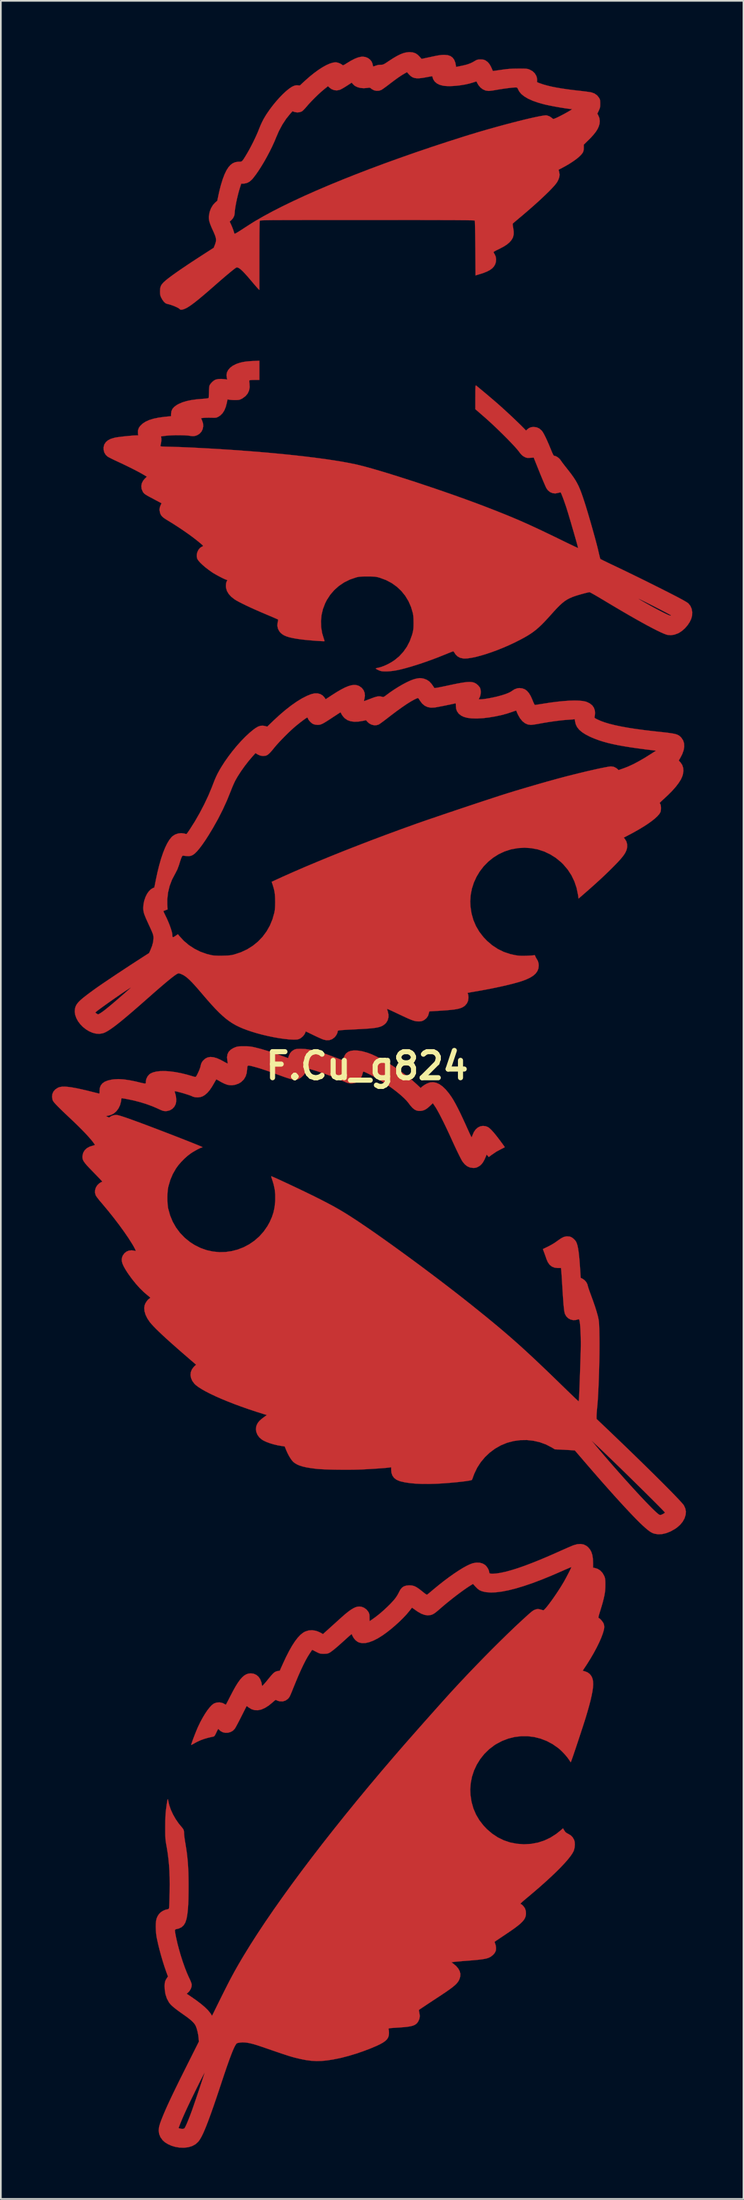
<source format=kicad_pcb>
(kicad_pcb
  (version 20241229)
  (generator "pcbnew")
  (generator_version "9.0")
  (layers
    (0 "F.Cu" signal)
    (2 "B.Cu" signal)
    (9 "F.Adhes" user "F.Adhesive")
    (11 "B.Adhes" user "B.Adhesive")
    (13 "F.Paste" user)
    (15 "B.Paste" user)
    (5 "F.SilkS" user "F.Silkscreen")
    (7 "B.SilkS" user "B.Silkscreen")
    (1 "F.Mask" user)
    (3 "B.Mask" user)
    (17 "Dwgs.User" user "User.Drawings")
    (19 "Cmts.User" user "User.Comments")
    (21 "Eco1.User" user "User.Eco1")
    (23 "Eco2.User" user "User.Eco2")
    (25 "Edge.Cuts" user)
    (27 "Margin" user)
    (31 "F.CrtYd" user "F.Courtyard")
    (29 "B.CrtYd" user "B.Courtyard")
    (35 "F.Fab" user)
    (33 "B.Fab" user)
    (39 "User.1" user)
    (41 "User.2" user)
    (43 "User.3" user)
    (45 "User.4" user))
  (footprint "F.Cu_g824"
    (layer "F.Cu")
    (at 18.496 59.427)
    (property "Reference" "F.Cu_g824" (at 0 0 0) (layer "F.SilkS") (effects (font (size 1.524 1.524) (thickness 0.3))))
    (attr through_hole)
    (fp_poly (pts (xy 2.684 -59.405) (xy 2.838 -59.353) (xy 2.976 -59.26) (xy 3.08 -59.155) (xy 3.195 -59.024) (xy 3.61 -59.114) (xy 3.822 -59.159) (xy 3.992 -59.195) (xy 4.128 -59.221) (xy 4.239 -59.239) (xy 4.331 -59.251) (xy 4.413 -59.258) (xy 4.493 -59.261) (xy 4.537 -59.261) (xy 4.73 -59.244) (xy 4.889 -59.19) (xy 5.016 -59.099) (xy 5.111 -58.97) (xy 5.177 -58.8) (xy 5.213 -58.607) (xy 5.22 -58.553) (xy 5.512 -58.613) (xy 5.722 -58.659) (xy 5.894 -58.706) (xy 6.04 -58.759) (xy 6.175 -58.822) (xy 6.286 -58.884) (xy 6.378 -58.938) (xy 6.448 -58.97) (xy 6.515 -58.986) (xy 6.598 -58.991) (xy 6.654 -58.992) (xy 6.763 -58.989) (xy 6.841 -58.977) (xy 6.91 -58.951) (xy 6.967 -58.92) (xy 7.078 -58.838) (xy 7.173 -58.728) (xy 7.26 -58.581) (xy 7.306 -58.481) (xy 7.379 -58.314) (xy 7.48 -58.328) (xy 7.541 -58.337) (xy 7.64 -58.351) (xy 7.767 -58.369) (xy 7.908 -58.39) (xy 7.976 -58.399) (xy 8.165 -58.424) (xy 8.346 -58.441) (xy 8.536 -58.451) (xy 8.75 -58.456) (xy 8.877 -58.457) (xy 9.053 -58.457) (xy 9.186 -58.455) (xy 9.286 -58.452) (xy 9.361 -58.445) (xy 9.42 -58.435) (xy 9.472 -58.421) (xy 9.526 -58.401) (xy 9.535 -58.397) (xy 9.701 -58.308) (xy 9.831 -58.188) (xy 9.92 -58.044) (xy 9.946 -57.974) (xy 9.967 -57.879) (xy 9.976 -57.789) (xy 9.974 -57.745) (xy 9.969 -57.697) (xy 9.979 -57.666) (xy 10.016 -57.642) (xy 10.088 -57.613) (xy 10.104 -57.607) (xy 10.318 -57.533) (xy 10.553 -57.466) (xy 10.813 -57.403) (xy 11.104 -57.345) (xy 11.429 -57.29) (xy 11.793 -57.237) (xy 12.2 -57.186) (xy 12.522 -57.15) (xy 12.687 -57.131) (xy 12.846 -57.111) (xy 12.987 -57.091) (xy 13.099 -57.073) (xy 13.17 -57.059) (xy 13.349 -56.992) (xy 13.496 -56.887) (xy 13.602 -56.755) (xy 13.639 -56.692) (xy 13.661 -56.636) (xy 13.673 -56.571) (xy 13.677 -56.483) (xy 13.678 -56.403) (xy 13.676 -56.285) (xy 13.668 -56.198) (xy 13.649 -56.122) (xy 13.615 -56.039) (xy 13.594 -55.992) (xy 13.509 -55.813) (xy 13.561 -55.725) (xy 13.628 -55.563) (xy 13.653 -55.385) (xy 13.639 -55.227) (xy 13.596 -55.074) (xy 13.528 -54.923) (xy 13.431 -54.766) (xy 13.301 -54.599) (xy 13.136 -54.415) (xy 12.981 -54.26) (xy 12.713 -53.999) (xy 12.713 -53.816) (xy 12.709 -53.707) (xy 12.695 -53.627) (xy 12.667 -53.556) (xy 12.643 -53.514) (xy 12.565 -53.411) (xy 12.445 -53.293) (xy 12.289 -53.164) (xy 12.101 -53.028) (xy 11.888 -52.889) (xy 11.654 -52.751) (xy 11.503 -52.669) (xy 11.234 -52.526) (xy 11.272 -52.387) (xy 11.294 -52.244) (xy 11.278 -52.098) (xy 11.222 -51.94) (xy 11.156 -51.815) (xy 11.088 -51.716) (xy 10.983 -51.589) (xy 10.842 -51.436) (xy 10.67 -51.259) (xy 10.468 -51.062) (xy 10.24 -50.847) (xy 9.988 -50.615) (xy 9.714 -50.371) (xy 9.422 -50.116) (xy 9.114 -49.853) (xy 9.004 -49.761) (xy 8.88 -49.657) (xy 8.768 -49.563) (xy 8.674 -49.483) (xy 8.605 -49.425) (xy 8.567 -49.392) (xy 8.563 -49.388) (xy 8.547 -49.366) (xy 8.542 -49.329) (xy 8.547 -49.268) (xy 8.563 -49.172) (xy 8.572 -49.124) (xy 8.601 -48.916) (xy 8.6 -48.742) (xy 8.568 -48.593) (xy 8.535 -48.515) (xy 8.45 -48.381) (xy 8.335 -48.255) (xy 8.184 -48.133) (xy 7.994 -48.013) (xy 7.76 -47.89) (xy 7.678 -47.851) (xy 7.574 -47.8) (xy 7.49 -47.755) (xy 7.434 -47.72) (xy 7.417 -47.702) (xy 7.43 -47.666) (xy 7.463 -47.606) (xy 7.486 -47.57) (xy 7.545 -47.439) (xy 7.569 -47.286) (xy 7.557 -47.127) (xy 7.518 -46.994) (xy 7.446 -46.867) (xy 7.346 -46.755) (xy 7.212 -46.655) (xy 7.04 -46.564) (xy 6.825 -46.478) (xy 6.647 -46.421) (xy 6.363 -46.334) (xy 6.35 -47.926) (xy 6.347 -48.206) (xy 6.344 -48.472) (xy 6.341 -48.718) (xy 6.337 -48.941) (xy 6.333 -49.136) (xy 6.329 -49.298) (xy 6.325 -49.424) (xy 6.321 -49.508) (xy 6.317 -49.547) (xy 6.317 -49.549) (xy 6.305 -49.553) (xy 6.275 -49.556) (xy 6.224 -49.559) (xy 6.151 -49.562) (xy 6.054 -49.564) (xy 5.932 -49.566) (xy 5.782 -49.569) (xy 5.604 -49.57) (xy 5.396 -49.572) (xy 5.156 -49.574) (xy 4.883 -49.575) (xy 4.575 -49.576) (xy 4.23 -49.577) (xy 3.847 -49.578) (xy 3.425 -49.579) (xy 2.961 -49.58) (xy 2.454 -49.58) (xy 1.902 -49.58) (xy 1.305 -49.581) (xy 0.66 -49.581) (xy 0.012 -49.581) (xy -0.655 -49.581) (xy -1.273 -49.581) (xy -1.844 -49.581) (xy -2.37 -49.581) (xy -2.852 -49.58) (xy -3.293 -49.58) (xy -3.695 -49.58) (xy -4.059 -49.579) (xy -4.387 -49.579) (xy -4.681 -49.578) (xy -4.943 -49.577) (xy -5.175 -49.576) (xy -5.378 -49.575) (xy -5.555 -49.574) (xy -5.707 -49.572) (xy -5.837 -49.57) (xy -5.946 -49.568) (xy -6.036 -49.566) (xy -6.108 -49.563) (xy -6.166 -49.56) (xy -6.21 -49.557) (xy -6.243 -49.553) (xy -6.266 -49.55) (xy -6.281 -49.545) (xy -6.29 -49.541) (xy -6.296 -49.536) (xy -6.298 -49.532) (xy -6.304 -49.495) (xy -6.309 -49.408) (xy -6.313 -49.27) (xy -6.317 -49.082) (xy -6.32 -48.843) (xy -6.322 -48.554) (xy -6.324 -48.214) (xy -6.324 -47.825) (xy -6.325 -47.483) (xy -6.325 -45.484) (xy -6.378 -45.532) (xy -6.41 -45.565) (xy -6.469 -45.631) (xy -6.549 -45.723) (xy -6.646 -45.835) (xy -6.753 -45.961) (xy -6.807 -46.025) (xy -6.982 -46.23) (xy -7.131 -46.398) (xy -7.255 -46.532) (xy -7.36 -46.635) (xy -7.448 -46.71) (xy -7.522 -46.761) (xy -7.553 -46.777) (xy -7.615 -46.803) (xy -7.656 -46.805) (xy -7.7 -46.782) (xy -7.704 -46.78) (xy -7.783 -46.724) (xy -7.894 -46.637) (xy -8.035 -46.523) (xy -8.201 -46.385) (xy -8.387 -46.228) (xy -8.589 -46.054) (xy -8.804 -45.867) (xy -8.822 -45.851) (xy -9.124 -45.587) (xy -9.391 -45.355) (xy -9.628 -45.154) (xy -9.835 -44.981) (xy -10.017 -44.833) (xy -10.176 -44.71) (xy -10.314 -44.608) (xy -10.434 -44.525) (xy -10.54 -44.459) (xy -10.627 -44.411) (xy -10.745 -44.36) (xy -10.85 -44.33) (xy -10.931 -44.323) (xy -10.98 -44.342) (xy -10.985 -44.348) (xy -11.03 -44.389) (xy -11.113 -44.44) (xy -11.225 -44.494) (xy -11.353 -44.548) (xy -11.488 -44.597) (xy -11.619 -44.638) (xy -11.735 -44.664) (xy -11.74 -44.665) (xy -11.833 -44.704) (xy -11.927 -44.789) (xy -12.02 -44.915) (xy -12.085 -45.033) (xy -12.12 -45.111) (xy -12.14 -45.183) (xy -12.151 -45.266) (xy -12.154 -45.378) (xy -12.154 -45.403) (xy -12.147 -45.556) (xy -12.122 -45.677) (xy -12.072 -45.78) (xy -11.99 -45.883) (xy -11.921 -45.952) (xy -11.811 -46.05) (xy -11.658 -46.172) (xy -11.464 -46.317) (xy -11.23 -46.485) (xy -10.957 -46.675) (xy -10.646 -46.885) (xy -10.3 -47.116) (xy -9.918 -47.365) (xy -9.563 -47.594) (xy -9.004 -47.953) (xy -8.931 -48.138) (xy -8.892 -48.253) (xy -8.87 -48.355) (xy -8.869 -48.455) (xy -8.888 -48.564) (xy -8.93 -48.691) (xy -8.995 -48.846) (xy -9.036 -48.937) (xy -9.13 -49.144) (xy -9.2 -49.315) (xy -9.248 -49.459) (xy -9.256 -49.489) (xy -8.066 -49.489) (xy -7.984 -49.313) (xy -7.919 -49.163) (xy -7.855 -48.993) (xy -7.788 -48.787) (xy -7.784 -48.775) (xy -7.76 -48.778) (xy -7.698 -48.808) (xy -7.602 -48.864) (xy -7.474 -48.943) (xy -7.318 -49.043) (xy -7.297 -49.057) (xy -7.139 -49.16) (xy -6.975 -49.266) (xy -6.819 -49.365) (xy -6.68 -49.453) (xy -6.57 -49.52) (xy -6.555 -49.529) (xy -6.071 -49.807) (xy -5.539 -50.094) (xy -4.961 -50.389) (xy -4.34 -50.689) (xy -3.677 -50.996) (xy -2.976 -51.307) (xy -2.237 -51.622) (xy -1.464 -51.94) (xy -0.658 -52.26) (xy 0.178 -52.581) (xy 1.043 -52.903) (xy 1.934 -53.224) (xy 2.848 -53.544) (xy 3.785 -53.862) (xy 4.741 -54.176) (xy 5.714 -54.486) (xy 5.715 -54.487) (xy 6.065 -54.595) (xy 6.424 -54.703) (xy 6.79 -54.811) (xy 7.159 -54.916) (xy 7.527 -55.02) (xy 7.89 -55.119) (xy 8.245 -55.215) (xy 8.588 -55.304) (xy 8.916 -55.388) (xy 9.224 -55.464) (xy 9.51 -55.532) (xy 9.769 -55.59) (xy 9.998 -55.639) (xy 10.193 -55.677) (xy 10.351 -55.703) (xy 10.467 -55.716) (xy 10.538 -55.715) (xy 10.54 -55.714) (xy 10.702 -55.659) (xy 10.845 -55.561) (xy 10.851 -55.556) (xy 10.895 -55.518) (xy 10.93 -55.506) (xy 10.977 -55.516) (xy 11.028 -55.536) (xy 11.114 -55.572) (xy 11.221 -55.623) (xy 11.342 -55.684) (xy 11.471 -55.751) (xy 11.601 -55.821) (xy 11.725 -55.889) (xy 11.835 -55.953) (xy 11.927 -56.008) (xy 11.992 -56.05) (xy 12.023 -56.076) (xy 12.02 -56.083) (xy 11.934 -56.089) (xy 11.807 -56.104) (xy 11.648 -56.126) (xy 11.465 -56.155) (xy 11.268 -56.187) (xy 11.065 -56.223) (xy 10.865 -56.261) (xy 10.677 -56.298) (xy 10.509 -56.334) (xy 10.389 -56.362) (xy 10.026 -56.464) (xy 9.71 -56.575) (xy 9.441 -56.696) (xy 9.221 -56.827) (xy 9.049 -56.966) (xy 8.926 -57.114) (xy 8.88 -57.199) (xy 8.841 -57.281) (xy 8.812 -57.328) (xy 8.779 -57.348) (xy 8.734 -57.353) (xy 8.717 -57.353) (xy 8.627 -57.349) (xy 8.498 -57.338) (xy 8.34 -57.32) (xy 8.164 -57.298) (xy 7.981 -57.273) (xy 7.801 -57.245) (xy 7.636 -57.218) (xy 7.595 -57.21) (xy 7.455 -57.186) (xy 7.322 -57.166) (xy 7.208 -57.153) (xy 7.128 -57.147) (xy 7.121 -57.147) (xy 6.952 -57.171) (xy 6.792 -57.241) (xy 6.647 -57.351) (xy 6.527 -57.497) (xy 6.476 -57.586) (xy 6.442 -57.651) (xy 6.42 -57.694) (xy 6.415 -57.702) (xy 6.39 -57.698) (xy 6.329 -57.68) (xy 6.244 -57.652) (xy 6.221 -57.644) (xy 6.002 -57.58) (xy 5.756 -57.525) (xy 5.495 -57.481) (xy 5.231 -57.45) (xy 4.976 -57.432) (xy 4.74 -57.429) (xy 4.535 -57.442) (xy 4.46 -57.453) (xy 4.26 -57.505) (xy 4.095 -57.587) (xy 3.967 -57.695) (xy 3.881 -57.827) (xy 3.857 -57.893) (xy 3.837 -57.96) (xy 3.824 -58.002) (xy 3.821 -58.009) (xy 3.795 -58.007) (xy 3.729 -57.997) (xy 3.632 -57.979) (xy 3.513 -57.957) (xy 3.476 -57.95) (xy 3.246 -57.909) (xy 3.055 -57.888) (xy 2.898 -57.888) (xy 2.767 -57.909) (xy 2.654 -57.953) (xy 2.553 -58.021) (xy 2.457 -58.114) (xy 2.451 -58.121) (xy 2.337 -58.247) (xy 2.191 -58.165) (xy 2.028 -58.067) (xy 1.837 -57.94) (xy 1.616 -57.781) (xy 1.36 -57.589) (xy 1.291 -57.535) (xy 1.168 -57.442) (xy 1.05 -57.355) (xy 0.948 -57.282) (xy 0.87 -57.229) (xy 0.834 -57.207) (xy 0.696 -57.16) (xy 0.546 -57.154) (xy 0.399 -57.187) (xy 0.269 -57.257) (xy 0.247 -57.276) (xy 0.198 -57.315) (xy 0.157 -57.334) (xy 0.105 -57.336) (xy 0.022 -57.324) (xy 0.013 -57.323) (xy -0.198 -57.306) (xy -0.397 -57.322) (xy -0.575 -57.371) (xy -0.726 -57.448) (xy -0.833 -57.546) (xy -0.905 -57.633) (xy -1.202 -57.441) (xy -1.32 -57.367) (xy -1.432 -57.3) (xy -1.528 -57.248) (xy -1.595 -57.216) (xy -1.603 -57.212) (xy -1.773 -57.178) (xy -1.938 -57.193) (xy -2.093 -57.256) (xy -2.193 -57.33) (xy -2.3 -57.424) (xy -2.54 -57.231) (xy -2.705 -57.091) (xy -2.889 -56.922) (xy -3.08 -56.737) (xy -3.267 -56.546) (xy -3.438 -56.362) (xy -3.558 -56.224) (xy -3.641 -56.128) (xy -3.722 -56.043) (xy -3.789 -55.98) (xy -3.827 -55.95) (xy -3.953 -55.902) (xy -4.097 -55.887) (xy -4.238 -55.907) (xy -4.267 -55.916) (xy -4.381 -55.957) (xy -4.503 -55.823) (xy -4.751 -55.517) (xy -4.978 -55.171) (xy -5.179 -54.795) (xy -5.324 -54.462) (xy -5.442 -54.178) (xy -5.579 -53.88) (xy -5.73 -53.576) (xy -5.892 -53.271) (xy -6.059 -52.975) (xy -6.229 -52.694) (xy -6.396 -52.436) (xy -6.556 -52.209) (xy -6.705 -52.019) (xy -6.755 -51.961) (xy -6.897 -51.835) (xy -7.054 -51.752) (xy -7.22 -51.716) (xy -7.257 -51.715) (xy -7.389 -51.714) (xy -7.468 -51.467) (xy -7.524 -51.281) (xy -7.578 -51.076) (xy -7.63 -50.861) (xy -7.677 -50.646) (xy -7.716 -50.441) (xy -7.747 -50.255) (xy -7.767 -50.099) (xy -7.773 -49.991) (xy -7.798 -49.832) (xy -7.871 -49.687) (xy -7.966 -49.579) (xy -8.066 -49.489) (xy -9.256 -49.489) (xy -9.278 -49.582) (xy -9.29 -49.692) (xy -9.288 -49.797) (xy -9.287 -49.808) (xy -9.244 -50.053) (xy -9.161 -50.274) (xy -9.044 -50.466) (xy -8.918 -50.601) (xy -8.794 -50.711) (xy -8.726 -51.038) (xy -8.691 -51.199) (xy -8.647 -51.38) (xy -8.603 -51.554) (xy -8.572 -51.665) (xy -8.472 -51.986) (xy -8.368 -52.258) (xy -8.26 -52.484) (xy -8.145 -52.665) (xy -8.023 -52.805) (xy -7.89 -52.905) (xy -7.746 -52.968) (xy -7.588 -52.995) (xy -7.537 -52.997) (xy -7.471 -52.997) (xy -7.418 -53.002) (xy -7.374 -53.016) (xy -7.333 -53.046) (xy -7.288 -53.096) (xy -7.235 -53.173) (xy -7.167 -53.281) (xy -7.08 -53.425) (xy -7.062 -53.454) (xy -6.928 -53.687) (xy -6.789 -53.947) (xy -6.652 -54.219) (xy -6.525 -54.488) (xy -6.415 -54.738) (xy -6.364 -54.864) (xy -6.269 -55.101) (xy -6.177 -55.303) (xy -6.083 -55.488) (xy -5.977 -55.67) (xy -5.875 -55.829) (xy -5.707 -56.071) (xy -5.526 -56.31) (xy -5.336 -56.54) (xy -5.143 -56.756) (xy -4.952 -56.953) (xy -4.768 -57.125) (xy -4.597 -57.266) (xy -4.444 -57.371) (xy -4.377 -57.408) (xy -4.277 -57.452) (xy -4.197 -57.474) (xy -4.113 -57.478) (xy -4.083 -57.476) (xy -3.946 -57.468) (xy -3.677 -57.717) (xy -3.402 -57.962) (xy -3.133 -58.18) (xy -2.873 -58.371) (xy -2.626 -58.531) (xy -2.396 -58.659) (xy -2.186 -58.752) (xy -1.999 -58.808) (xy -1.847 -58.826) (xy -1.76 -58.814) (xy -1.656 -58.781) (xy -1.555 -58.737) (xy -1.475 -58.687) (xy -1.448 -58.662) (xy -1.428 -58.65) (xy -1.394 -58.656) (xy -1.338 -58.683) (xy -1.252 -58.734) (xy -1.203 -58.766) (xy -0.956 -58.916) (xy -0.738 -59.028) (xy -0.545 -59.105) (xy -0.374 -59.147) (xy -0.253 -59.157) (xy -0.098 -59.135) (xy 0.045 -59.076) (xy 0.168 -58.985) (xy 0.261 -58.871) (xy 0.316 -58.741) (xy 0.323 -58.702) (xy 0.336 -58.634) (xy 0.352 -58.59) (xy 0.357 -58.584) (xy 0.389 -58.587) (xy 0.451 -58.607) (xy 0.499 -58.626) (xy 0.653 -58.671) (xy 0.784 -58.681) (xy 0.844 -58.681) (xy 0.894 -58.686) (xy 0.942 -58.699) (xy 0.996 -58.723) (xy 1.067 -58.764) (xy 1.161 -58.825) (xy 1.289 -58.91) (xy 1.293 -58.913) (xy 1.538 -59.071) (xy 1.752 -59.196) (xy 1.942 -59.291) (xy 2.113 -59.358) (xy 2.271 -59.4) (xy 2.423 -59.42) (xy 2.502 -59.422) (xy 2.684 -59.405)) (stroke (width 0.01) (type solid)) (fill yes) (layer "F.Cu"))
    (fp_poly (pts (xy -6.325 -40.208) (xy -6.598 -40.208) (xy -6.713 -40.206) (xy -6.81 -40.201) (xy -6.877 -40.194) (xy -6.902 -40.188) (xy -6.917 -40.163) (xy -6.92 -40.112) (xy -6.91 -40.022) (xy -6.906 -40) (xy -6.894 -39.784) (xy -6.929 -39.589) (xy -7.009 -39.415) (xy -7.135 -39.264) (xy -7.306 -39.135) (xy -7.373 -39.098) (xy -7.447 -39.063) (xy -7.515 -39.042) (xy -7.595 -39.032) (xy -7.704 -39.028) (xy -7.734 -39.028) (xy -7.854 -39.03) (xy -7.969 -39.036) (xy -8.059 -39.045) (xy -8.077 -39.048) (xy -8.192 -39.069) (xy -8.233 -38.87) (xy -8.298 -38.624) (xy -8.381 -38.421) (xy -8.484 -38.259) (xy -8.61 -38.133) (xy -8.712 -38.064) (xy -8.773 -38.031) (xy -8.824 -38.009) (xy -8.877 -37.996) (xy -8.945 -37.991) (xy -9.04 -37.991) (xy -9.157 -37.993) (xy -9.293 -37.995) (xy -9.426 -37.993) (xy -9.54 -37.989) (xy -9.605 -37.984) (xy -9.749 -37.969) (xy -9.685 -37.828) (xy -9.629 -37.655) (xy -9.62 -37.485) (xy -9.652 -37.325) (xy -9.722 -37.181) (xy -9.829 -37.061) (xy -9.967 -36.972) (xy -10.087 -36.931) (xy -10.171 -36.916) (xy -10.255 -36.914) (xy -10.358 -36.926) (xy -10.41 -36.935) (xy -10.525 -36.949) (xy -10.679 -36.96) (xy -10.862 -36.966) (xy -11.061 -36.968) (xy -11.266 -36.967) (xy -11.466 -36.961) (xy -11.648 -36.951) (xy -11.803 -36.938) (xy -11.832 -36.934) (xy -12.094 -36.9) (xy -12.079 -36.782) (xy -12.076 -36.651) (xy -12.098 -36.492) (xy -12.13 -36.358) (xy -12.133 -36.342) (xy -12.129 -36.33) (xy -12.113 -36.32) (xy -12.078 -36.312) (xy -12.02 -36.306) (xy -11.932 -36.302) (xy -11.81 -36.297) (xy -11.647 -36.293) (xy -11.464 -36.288) (xy -11.079 -36.277) (xy -10.652 -36.26) (xy -10.181 -36.239) (xy -9.664 -36.212) (xy -9.099 -36.181) (xy -8.7 -36.157) (xy -7.914 -36.106) (xy -7.148 -36.051) (xy -6.402 -35.993) (xy -5.68 -35.931) (xy -4.985 -35.865) (xy -4.318 -35.797) (xy -3.683 -35.726) (xy -3.082 -35.653) (xy -2.518 -35.578) (xy -1.993 -35.501) (xy -1.509 -35.423) (xy -1.07 -35.343) (xy -0.679 -35.263) (xy -0.521 -35.227) (xy -0.26 -35.162) (xy 0.044 -35.081) (xy 0.387 -34.984) (xy 0.763 -34.874) (xy 1.17 -34.752) (xy 1.602 -34.618) (xy 2.055 -34.475) (xy 2.524 -34.324) (xy 3.006 -34.167) (xy 3.495 -34.004) (xy 3.988 -33.838) (xy 4.479 -33.67) (xy 4.965 -33.501) (xy 5.441 -33.332) (xy 5.903 -33.166) (xy 6.346 -33.003) (xy 6.765 -32.846) (xy 6.921 -32.786) (xy 7.312 -32.635) (xy 7.672 -32.494) (xy 8.01 -32.359) (xy 8.33 -32.229) (xy 8.639 -32.1) (xy 8.944 -31.97) (xy 9.249 -31.836) (xy 9.562 -31.695) (xy 9.888 -31.545) (xy 10.234 -31.383) (xy 10.606 -31.205) (xy 11.01 -31.011) (xy 11.451 -30.796) (xy 11.526 -30.76) (xy 11.718 -30.666) (xy 11.895 -30.581) (xy 12.052 -30.506) (xy 12.184 -30.443) (xy 12.286 -30.396) (xy 12.353 -30.366) (xy 12.38 -30.356) (xy 12.381 -30.356) (xy 12.376 -30.382) (xy 12.358 -30.451) (xy 12.33 -30.558) (xy 12.291 -30.696) (xy 12.245 -30.86) (xy 12.192 -31.045) (xy 12.135 -31.244) (xy 12.074 -31.452) (xy 12.012 -31.664) (xy 11.951 -31.874) (xy 11.891 -32.075) (xy 11.835 -32.263) (xy 11.784 -32.432) (xy 11.739 -32.577) (xy 11.708 -32.677) (xy 11.653 -32.843) (xy 11.595 -33.011) (xy 11.538 -33.172) (xy 11.484 -33.318) (xy 11.435 -33.443) (xy 11.395 -33.539) (xy 11.366 -33.597) (xy 11.357 -33.611) (xy 11.324 -33.614) (xy 11.261 -33.602) (xy 11.216 -33.588) (xy 11.048 -33.555) (xy 10.887 -33.571) (xy 10.739 -33.633) (xy 10.61 -33.739) (xy 10.526 -33.852) (xy 10.498 -33.906) (xy 10.454 -34.002) (xy 10.397 -34.131) (xy 10.33 -34.288) (xy 10.255 -34.467) (xy 10.175 -34.66) (xy 10.111 -34.82) (xy 9.775 -35.656) (xy 9.568 -35.643) (xy 9.46 -35.639) (xy 9.385 -35.642) (xy 9.323 -35.657) (xy 9.257 -35.686) (xy 9.22 -35.705) (xy 9.151 -35.746) (xy 9.088 -35.797) (xy 9.021 -35.866) (xy 8.942 -35.964) (xy 8.892 -36.031) (xy 8.808 -36.135) (xy 8.69 -36.269) (xy 8.545 -36.426) (xy 8.377 -36.602) (xy 8.191 -36.793) (xy 7.991 -36.993) (xy 7.783 -37.197) (xy 7.571 -37.401) (xy 7.361 -37.599) (xy 7.157 -37.787) (xy 6.965 -37.96) (xy 6.877 -38.036) (xy 6.35 -38.494) (xy 6.35 -39.2) (xy 6.351 -39.415) (xy 6.352 -39.583) (xy 6.355 -39.71) (xy 6.359 -39.799) (xy 6.365 -39.856) (xy 6.372 -39.883) (xy 6.382 -39.887) (xy 6.417 -39.862) (xy 6.485 -39.808) (xy 6.58 -39.73) (xy 6.698 -39.632) (xy 6.832 -39.52) (xy 6.978 -39.399) (xy 7.129 -39.271) (xy 7.28 -39.143) (xy 7.426 -39.019) (xy 7.56 -38.903) (xy 7.679 -38.8) (xy 7.693 -38.787) (xy 7.864 -38.636) (xy 8.054 -38.464) (xy 8.255 -38.279) (xy 8.46 -38.089) (xy 8.659 -37.901) (xy 8.844 -37.724) (xy 9.007 -37.565) (xy 9.14 -37.433) (xy 9.326 -37.243) (xy 9.394 -37.306) (xy 9.499 -37.387) (xy 9.608 -37.433) (xy 9.741 -37.451) (xy 9.779 -37.451) (xy 9.949 -37.43) (xy 10.101 -37.362) (xy 10.236 -37.247) (xy 10.262 -37.217) (xy 10.319 -37.135) (xy 10.39 -37.01) (xy 10.472 -36.847) (xy 10.564 -36.65) (xy 10.663 -36.424) (xy 10.767 -36.174) (xy 10.771 -36.163) (xy 10.834 -36.011) (xy 10.882 -35.901) (xy 10.919 -35.827) (xy 10.947 -35.784) (xy 10.971 -35.765) (xy 10.981 -35.763) (xy 11.062 -35.744) (xy 11.156 -35.695) (xy 11.25 -35.624) (xy 11.327 -35.544) (xy 11.35 -35.511) (xy 11.392 -35.451) (xy 11.457 -35.361) (xy 11.54 -35.251) (xy 11.632 -35.133) (xy 11.679 -35.074) (xy 11.849 -34.859) (xy 11.994 -34.668) (xy 12.119 -34.493) (xy 12.227 -34.327) (xy 12.322 -34.161) (xy 12.409 -33.989) (xy 12.49 -33.802) (xy 12.571 -33.594) (xy 12.655 -33.355) (xy 12.746 -33.08) (xy 12.802 -32.906) (xy 12.866 -32.7) (xy 12.937 -32.466) (xy 13.013 -32.21) (xy 13.091 -31.941) (xy 13.171 -31.666) (xy 13.248 -31.391) (xy 13.323 -31.124) (xy 13.392 -30.872) (xy 13.454 -30.642) (xy 13.506 -30.442) (xy 13.546 -30.279) (xy 13.565 -30.198) (xy 13.599 -30.05) (xy 13.63 -29.92) (xy 13.656 -29.816) (xy 13.675 -29.744) (xy 13.686 -29.714) (xy 13.686 -29.714) (xy 13.713 -29.699) (xy 13.779 -29.666) (xy 13.879 -29.616) (xy 14.005 -29.555) (xy 14.152 -29.484) (xy 14.287 -29.419) (xy 14.675 -29.235) (xy 15.026 -29.067) (xy 15.351 -28.91) (xy 15.66 -28.76) (xy 15.963 -28.612) (xy 16.271 -28.46) (xy 16.592 -28.301) (xy 16.938 -28.128) (xy 17.069 -28.063) (xy 17.417 -27.888) (xy 17.722 -27.734) (xy 17.985 -27.599) (xy 18.21 -27.483) (xy 18.398 -27.383) (xy 18.551 -27.299) (xy 18.671 -27.23) (xy 18.762 -27.175) (xy 18.825 -27.131) (xy 18.855 -27.106) (xy 18.969 -26.966) (xy 19.044 -26.796) (xy 19.079 -26.606) (xy 19.072 -26.404) (xy 19.071 -26.397) (xy 19.021 -26.21) (xy 18.93 -26.018) (xy 18.805 -25.83) (xy 18.654 -25.656) (xy 18.484 -25.504) (xy 18.303 -25.385) (xy 18.253 -25.359) (xy 18.038 -25.28) (xy 17.829 -25.248) (xy 17.63 -25.264) (xy 17.548 -25.286) (xy 17.406 -25.34) (xy 17.223 -25.421) (xy 17 -25.528) (xy 16.741 -25.66) (xy 16.446 -25.816) (xy 16.117 -25.996) (xy 15.756 -26.198) (xy 15.364 -26.422) (xy 14.944 -26.666) (xy 14.496 -26.93) (xy 14.023 -27.212) (xy 13.919 -27.275) (xy 13.742 -27.381) (xy 15.935 -27.381) (xy 15.944 -27.369) (xy 15.991 -27.337) (xy 16.073 -27.287) (xy 16.183 -27.222) (xy 16.315 -27.147) (xy 16.465 -27.063) (xy 16.626 -26.973) (xy 16.793 -26.882) (xy 16.961 -26.792) (xy 17.123 -26.706) (xy 17.276 -26.627) (xy 17.348 -26.59) (xy 17.515 -26.507) (xy 17.641 -26.448) (xy 17.731 -26.411) (xy 17.79 -26.394) (xy 17.822 -26.395) (xy 17.831 -26.412) (xy 17.809 -26.427) (xy 17.748 -26.462) (xy 17.652 -26.513) (xy 17.529 -26.579) (xy 17.382 -26.655) (xy 17.22 -26.74) (xy 17.046 -26.829) (xy 16.867 -26.921) (xy 16.688 -27.012) (xy 16.516 -27.099) (xy 16.356 -27.18) (xy 16.213 -27.25) (xy 16.094 -27.309) (xy 16.004 -27.352) (xy 15.95 -27.376) (xy 15.935 -27.381) (xy 13.742 -27.381) (xy 13.733 -27.386) (xy 13.559 -27.489) (xy 13.403 -27.58) (xy 13.269 -27.656) (xy 13.163 -27.715) (xy 13.09 -27.754) (xy 13.054 -27.769) (xy 13.053 -27.769) (xy 12.997 -27.76) (xy 12.903 -27.739) (xy 12.783 -27.709) (xy 12.648 -27.673) (xy 12.507 -27.634) (xy 12.373 -27.595) (xy 12.257 -27.559) (xy 12.243 -27.555) (xy 12.06 -27.49) (xy 11.896 -27.42) (xy 11.744 -27.341) (xy 11.599 -27.247) (xy 11.454 -27.133) (xy 11.301 -26.995) (xy 11.134 -26.827) (xy 10.947 -26.625) (xy 10.865 -26.533) (xy 10.639 -26.282) (xy 10.439 -26.067) (xy 10.257 -25.88) (xy 10.087 -25.719) (xy 9.924 -25.577) (xy 9.761 -25.45) (xy 9.592 -25.332) (xy 9.411 -25.218) (xy 9.211 -25.103) (xy 8.987 -24.983) (xy 8.661 -24.819) (xy 8.326 -24.662) (xy 7.987 -24.515) (xy 7.648 -24.379) (xy 7.315 -24.256) (xy 6.993 -24.147) (xy 6.687 -24.055) (xy 6.402 -23.98) (xy 6.143 -23.925) (xy 5.916 -23.89) (xy 5.724 -23.879) (xy 5.641 -23.883) (xy 5.461 -23.921) (xy 5.309 -24.003) (xy 5.185 -24.126) (xy 5.115 -24.237) (xy 5.074 -24.292) (xy 5.034 -24.299) (xy 4.999 -24.286) (xy 4.924 -24.257) (xy 4.816 -24.214) (xy 4.683 -24.16) (xy 4.531 -24.099) (xy 4.43 -24.058) (xy 4.055 -23.91) (xy 3.674 -23.769) (xy 3.295 -23.635) (xy 2.925 -23.513) (xy 2.573 -23.404) (xy 2.244 -23.311) (xy 1.948 -23.236) (xy 1.735 -23.19) (xy 1.545 -23.158) (xy 1.352 -23.136) (xy 1.169 -23.125) (xy 1.005 -23.124) (xy 0.871 -23.134) (xy 0.788 -23.151) (xy 0.695 -23.185) (xy 0.61 -23.224) (xy 0.544 -23.261) (xy 0.51 -23.289) (xy 0.508 -23.295) (xy 0.53 -23.31) (xy 0.587 -23.325) (xy 0.616 -23.331) (xy 0.795 -23.375) (xy 0.998 -23.448) (xy 1.21 -23.545) (xy 1.419 -23.66) (xy 1.593 -23.772) (xy 1.876 -24.002) (xy 2.122 -24.268) (xy 2.332 -24.566) (xy 2.503 -24.896) (xy 2.634 -25.255) (xy 2.66 -25.347) (xy 2.687 -25.456) (xy 2.705 -25.553) (xy 2.717 -25.654) (xy 2.723 -25.773) (xy 2.725 -25.925) (xy 2.725 -25.971) (xy 2.722 -26.193) (xy 2.71 -26.37) (xy 2.69 -26.51) (xy 2.685 -26.534) (xy 2.576 -26.903) (xy 2.425 -27.245) (xy 2.234 -27.559) (xy 2.005 -27.841) (xy 1.741 -28.089) (xy 1.443 -28.302) (xy 1.114 -28.476) (xy 0.756 -28.609) (xy 0.678 -28.632) (xy 0.593 -28.653) (xy 0.513 -28.668) (xy 0.425 -28.679) (xy 0.32 -28.685) (xy 0.185 -28.688) (xy 0.013 -28.689) (xy -0.161 -28.688) (xy -0.296 -28.685) (xy -0.401 -28.678) (xy -0.489 -28.668) (xy -0.569 -28.653) (xy -0.652 -28.632) (xy -1.014 -28.508) (xy -1.349 -28.342) (xy -1.654 -28.137) (xy -1.927 -27.895) (xy -2.166 -27.618) (xy -2.368 -27.308) (xy -2.462 -27.122) (xy -2.592 -26.785) (xy -2.675 -26.435) (xy -2.71 -26.077) (xy -2.699 -25.719) (xy -2.64 -25.366) (xy -2.555 -25.082) (xy -2.526 -24.996) (xy -2.506 -24.93) (xy -2.501 -24.898) (xy -2.501 -24.897) (xy -2.531 -24.894) (xy -2.603 -24.895) (xy -2.71 -24.9) (xy -2.844 -24.908) (xy -2.998 -24.918) (xy -3.164 -24.931) (xy -3.333 -24.945) (xy -3.498 -24.96) (xy -3.651 -24.975) (xy -3.785 -24.99) (xy -3.83 -24.995) (xy -4.12 -25.035) (xy -4.364 -25.078) (xy -4.568 -25.125) (xy -4.736 -25.178) (xy -4.875 -25.238) (xy -4.988 -25.309) (xy -5.082 -25.391) (xy -5.157 -25.481) (xy -5.235 -25.631) (xy -5.269 -25.799) (xy -5.255 -25.974) (xy -5.249 -26.002) (xy -5.231 -26.083) (xy -5.224 -26.143) (xy -5.228 -26.165) (xy -5.255 -26.179) (xy -5.323 -26.209) (xy -5.426 -26.254) (xy -5.558 -26.311) (xy -5.714 -26.377) (xy -5.887 -26.45) (xy -5.956 -26.479) (xy -6.267 -26.612) (xy -6.563 -26.742) (xy -6.841 -26.867) (xy -7.095 -26.986) (xy -7.321 -27.096) (xy -7.513 -27.194) (xy -7.668 -27.279) (xy -7.77 -27.341) (xy -7.972 -27.497) (xy -8.124 -27.664) (xy -8.228 -27.841) (xy -8.282 -28.028) (xy -8.29 -28.143) (xy -8.279 -28.283) (xy -8.249 -28.386) (xy -8.246 -28.392) (xy -8.202 -28.475) (xy -8.286 -28.504) (xy -8.364 -28.536) (xy -8.475 -28.588) (xy -8.605 -28.653) (xy -8.744 -28.727) (xy -8.88 -28.801) (xy -9 -28.871) (xy -9.093 -28.929) (xy -9.299 -29.075) (xy -9.488 -29.22) (xy -9.653 -29.361) (xy -9.791 -29.492) (xy -9.895 -29.61) (xy -9.961 -29.709) (xy -9.971 -29.73) (xy -10.001 -29.859) (xy -9.995 -29.999) (xy -9.956 -30.138) (xy -9.891 -30.265) (xy -9.803 -30.368) (xy -9.698 -30.435) (xy -9.678 -30.442) (xy -9.636 -30.464) (xy -9.627 -30.481) (xy -9.646 -30.509) (xy -9.701 -30.562) (xy -9.786 -30.635) (xy -9.894 -30.725) (xy -10.021 -30.826) (xy -10.16 -30.934) (xy -10.306 -31.044) (xy -10.402 -31.115) (xy -10.641 -31.284) (xy -10.904 -31.464) (xy -11.177 -31.644) (xy -11.443 -31.813) (xy -11.686 -31.962) (xy -11.696 -31.968) (xy -11.848 -32.062) (xy -11.962 -32.143) (xy -12.043 -32.218) (xy -12.1 -32.293) (xy -12.14 -32.377) (xy -12.156 -32.427) (xy -12.185 -32.59) (xy -12.169 -32.739) (xy -12.117 -32.871) (xy -12.086 -32.934) (xy -12.071 -32.975) (xy -12.07 -32.982) (xy -12.094 -32.995) (xy -12.156 -33.029) (xy -12.249 -33.078) (xy -12.366 -33.14) (xy -12.5 -33.211) (xy -12.522 -33.223) (xy -12.696 -33.315) (xy -12.832 -33.388) (xy -12.935 -33.447) (xy -13.01 -33.494) (xy -13.065 -33.535) (xy -13.105 -33.573) (xy -13.137 -33.612) (xy -13.165 -33.658) (xy -13.17 -33.665) (xy -13.236 -33.824) (xy -13.253 -33.988) (xy -13.223 -34.15) (xy -13.147 -34.303) (xy -13.055 -34.413) (xy -12.927 -34.538) (xy -13.163 -34.678) (xy -13.307 -34.76) (xy -13.49 -34.858) (xy -13.703 -34.968) (xy -13.94 -35.087) (xy -14.192 -35.21) (xy -14.452 -35.334) (xy -14.694 -35.446) (xy -14.839 -35.514) (xy -14.975 -35.58) (xy -15.092 -35.639) (xy -15.181 -35.686) (xy -15.228 -35.714) (xy -15.343 -35.821) (xy -15.423 -35.956) (xy -15.465 -36.109) (xy -15.467 -36.267) (xy -15.425 -36.42) (xy -15.418 -36.437) (xy -15.33 -36.567) (xy -15.206 -36.673) (xy -15.041 -36.756) (xy -14.832 -36.818) (xy -14.719 -36.841) (xy -14.602 -36.858) (xy -14.454 -36.877) (xy -14.286 -36.897) (xy -14.11 -36.915) (xy -13.937 -36.932) (xy -13.779 -36.945) (xy -13.649 -36.954) (xy -13.557 -36.957) (xy -13.556 -36.957) (xy -13.435 -36.957) (xy -13.451 -37.078) (xy -13.45 -37.243) (xy -13.401 -37.393) (xy -13.32 -37.511) (xy -13.18 -37.645) (xy -13.005 -37.76) (xy -12.791 -37.857) (xy -12.538 -37.936) (xy -12.241 -37.998) (xy -11.899 -38.045) (xy -11.829 -38.052) (xy -11.506 -38.083) (xy -11.506 -38.219) (xy -11.487 -38.372) (xy -11.427 -38.507) (xy -11.323 -38.628) (xy -11.173 -38.738) (xy -11.036 -38.812) (xy -10.829 -38.899) (xy -10.593 -38.97) (xy -10.323 -39.027) (xy -10.016 -39.07) (xy -9.665 -39.101) (xy -9.594 -39.106) (xy -9.481 -39.115) (xy -9.388 -39.126) (xy -9.325 -39.139) (xy -9.304 -39.149) (xy -9.298 -39.183) (xy -9.292 -39.258) (xy -9.287 -39.362) (xy -9.283 -39.484) (xy -9.283 -39.495) (xy -9.279 -39.624) (xy -9.271 -39.74) (xy -9.261 -39.831) (xy -9.25 -39.884) (xy -9.25 -39.884) (xy -9.194 -39.977) (xy -9.108 -40.075) (xy -9.008 -40.161) (xy -8.909 -40.22) (xy -8.897 -40.224) (xy -8.75 -40.26) (xy -8.568 -40.269) (xy -8.36 -40.252) (xy -8.352 -40.251) (xy -8.207 -40.23) (xy -8.234 -40.326) (xy -8.255 -40.489) (xy -8.227 -40.646) (xy -8.153 -40.793) (xy -8.036 -40.927) (xy -7.878 -41.044) (xy -7.681 -41.142) (xy -7.633 -41.16) (xy -7.465 -41.216) (xy -7.297 -41.257) (xy -7.116 -41.286) (xy -6.909 -41.306) (xy -6.712 -41.317) (xy -6.325 -41.334) (xy -6.325 -40.208)) (stroke (width 0.01) (type solid)) (fill yes) (layer "F.Cu"))
    (fp_poly (pts (xy 3.182 -22.726) (xy 3.3 -22.704) (xy 3.337 -22.695) (xy 3.506 -22.631) (xy 3.652 -22.531) (xy 3.783 -22.389) (xy 3.83 -22.324) (xy 3.95 -22.147) (xy 4.058 -22.16) (xy 4.114 -22.169) (xy 4.21 -22.188) (xy 4.339 -22.213) (xy 4.493 -22.245) (xy 4.662 -22.28) (xy 4.769 -22.303) (xy 5.065 -22.366) (xy 5.316 -22.417) (xy 5.529 -22.455) (xy 5.707 -22.483) (xy 5.855 -22.5) (xy 5.98 -22.507) (xy 6.085 -22.504) (xy 6.177 -22.492) (xy 6.258 -22.472) (xy 6.28 -22.465) (xy 6.403 -22.401) (xy 6.518 -22.304) (xy 6.609 -22.189) (xy 6.622 -22.167) (xy 6.656 -22.064) (xy 6.669 -21.935) (xy 6.661 -21.799) (xy 6.633 -21.675) (xy 6.61 -21.621) (xy 6.577 -21.555) (xy 6.556 -21.51) (xy 6.553 -21.5) (xy 6.577 -21.488) (xy 6.643 -21.485) (xy 6.745 -21.492) (xy 6.875 -21.508) (xy 7.027 -21.53) (xy 7.194 -21.559) (xy 7.368 -21.593) (xy 7.543 -21.632) (xy 7.633 -21.653) (xy 7.901 -21.725) (xy 8.126 -21.798) (xy 8.308 -21.87) (xy 8.442 -21.94) (xy 8.49 -21.974) (xy 8.654 -22.079) (xy 8.821 -22.137) (xy 8.931 -22.148) (xy 9.097 -22.132) (xy 9.244 -22.08) (xy 9.375 -21.989) (xy 9.492 -21.857) (xy 9.599 -21.68) (xy 9.7 -21.456) (xy 9.715 -21.416) (xy 9.759 -21.308) (xy 9.799 -21.223) (xy 9.831 -21.171) (xy 9.846 -21.158) (xy 9.881 -21.162) (xy 9.957 -21.173) (xy 10.066 -21.19) (xy 10.199 -21.211) (xy 10.331 -21.232) (xy 10.763 -21.298) (xy 11.166 -21.35) (xy 11.538 -21.387) (xy 11.876 -21.41) (xy 12.177 -21.418) (xy 12.439 -21.411) (xy 12.658 -21.39) (xy 12.833 -21.353) (xy 12.886 -21.336) (xy 13.07 -21.246) (xy 13.212 -21.131) (xy 13.31 -20.992) (xy 13.363 -20.831) (xy 13.373 -20.714) (xy 13.37 -20.616) (xy 13.36 -20.524) (xy 13.352 -20.48) (xy 13.344 -20.438) (xy 13.349 -20.408) (xy 13.377 -20.381) (xy 13.436 -20.347) (xy 13.505 -20.312) (xy 13.71 -20.22) (xy 13.951 -20.133) (xy 14.229 -20.05) (xy 14.547 -19.971) (xy 14.906 -19.896) (xy 15.308 -19.823) (xy 15.754 -19.754) (xy 16.247 -19.687) (xy 16.787 -19.623) (xy 17.145 -19.584) (xy 17.413 -19.555) (xy 17.636 -19.529) (xy 17.819 -19.504) (xy 17.968 -19.479) (xy 18.087 -19.453) (xy 18.183 -19.423) (xy 18.26 -19.388) (xy 18.325 -19.347) (xy 18.381 -19.299) (xy 18.435 -19.241) (xy 18.449 -19.225) (xy 18.548 -19.073) (xy 18.601 -18.899) (xy 18.609 -18.707) (xy 18.572 -18.496) (xy 18.49 -18.271) (xy 18.389 -18.075) (xy 18.288 -17.9) (xy 18.388 -17.791) (xy 18.488 -17.646) (xy 18.546 -17.477) (xy 18.56 -17.29) (xy 18.531 -17.088) (xy 18.49 -16.958) (xy 18.405 -16.777) (xy 18.276 -16.575) (xy 18.108 -16.357) (xy 17.903 -16.125) (xy 17.663 -15.884) (xy 17.478 -15.712) (xy 17.375 -15.618) (xy 17.287 -15.536) (xy 17.22 -15.471) (xy 17.18 -15.431) (xy 17.171 -15.42) (xy 17.183 -15.389) (xy 17.209 -15.342) (xy 17.232 -15.269) (xy 17.243 -15.167) (xy 17.243 -15.053) (xy 17.231 -14.946) (xy 17.212 -14.875) (xy 17.145 -14.764) (xy 17.034 -14.637) (xy 16.881 -14.496) (xy 16.688 -14.344) (xy 16.459 -14.181) (xy 16.196 -14.011) (xy 15.901 -13.835) (xy 15.578 -13.654) (xy 15.436 -13.579) (xy 15.061 -13.382) (xy 15.122 -13.309) (xy 15.212 -13.164) (xy 15.257 -12.997) (xy 15.26 -12.845) (xy 15.244 -12.738) (xy 15.213 -12.632) (xy 15.163 -12.521) (xy 15.091 -12.401) (xy 14.995 -12.269) (xy 14.87 -12.12) (xy 14.715 -11.949) (xy 14.525 -11.753) (xy 14.404 -11.631) (xy 14.17 -11.399) (xy 13.933 -11.172) (xy 13.687 -10.942) (xy 13.424 -10.702) (xy 13.137 -10.445) (xy 12.817 -10.164) (xy 12.789 -10.14) (xy 12.408 -9.809) (xy 12.376 -10.029) (xy 12.293 -10.432) (xy 12.164 -10.814) (xy 11.992 -11.172) (xy 11.776 -11.504) (xy 11.518 -11.809) (xy 11.379 -11.946) (xy 11.069 -12.199) (xy 10.735 -12.408) (xy 10.381 -12.573) (xy 10.011 -12.693) (xy 9.629 -12.765) (xy 9.239 -12.79) (xy 8.844 -12.767) (xy 8.448 -12.695) (xy 8.423 -12.688) (xy 8.057 -12.57) (xy 7.714 -12.408) (xy 7.395 -12.207) (xy 7.103 -11.971) (xy 6.841 -11.703) (xy 6.612 -11.407) (xy 6.419 -11.088) (xy 6.263 -10.748) (xy 6.148 -10.391) (xy 6.076 -10.022) (xy 6.051 -9.644) (xy 6.065 -9.34) (xy 6.127 -8.935) (xy 6.234 -8.555) (xy 6.386 -8.198) (xy 6.583 -7.864) (xy 6.826 -7.55) (xy 7.034 -7.332) (xy 7.341 -7.07) (xy 7.67 -6.854) (xy 8.022 -6.682) (xy 8.396 -6.557) (xy 8.709 -6.489) (xy 8.845 -6.469) (xy 8.978 -6.458) (xy 9.123 -6.454) (xy 9.298 -6.457) (xy 9.357 -6.459) (xy 9.495 -6.465) (xy 9.619 -6.472) (xy 9.718 -6.48) (xy 9.781 -6.487) (xy 9.795 -6.49) (xy 9.837 -6.493) (xy 9.86 -6.459) (xy 9.866 -6.438) (xy 9.893 -6.37) (xy 9.936 -6.296) (xy 9.941 -6.289) (xy 10.023 -6.147) (xy 10.063 -5.992) (xy 10.07 -5.88) (xy 10.05 -5.71) (xy 9.99 -5.556) (xy 9.888 -5.415) (xy 9.743 -5.287) (xy 9.553 -5.169) (xy 9.315 -5.059) (xy 9.066 -4.969) (xy 8.838 -4.899) (xy 8.566 -4.825) (xy 8.258 -4.748) (xy 7.92 -4.67) (xy 7.56 -4.592) (xy 7.183 -4.516) (xy 6.798 -4.443) (xy 6.411 -4.374) (xy 6.376 -4.369) (xy 6.228 -4.343) (xy 6.099 -4.321) (xy 5.995 -4.302) (xy 5.925 -4.288) (xy 5.898 -4.281) (xy 5.898 -4.281) (xy 5.901 -4.254) (xy 5.918 -4.217) (xy 5.933 -4.164) (xy 5.944 -4.079) (xy 5.947 -3.998) (xy 5.924 -3.821) (xy 5.855 -3.666) (xy 5.743 -3.536) (xy 5.679 -3.487) (xy 5.599 -3.439) (xy 5.507 -3.398) (xy 5.398 -3.363) (xy 5.266 -3.333) (xy 5.106 -3.307) (xy 4.913 -3.285) (xy 4.682 -3.264) (xy 4.406 -3.244) (xy 4.318 -3.239) (xy 4.144 -3.228) (xy 3.987 -3.219) (xy 3.853 -3.211) (xy 3.751 -3.205) (xy 3.686 -3.201) (xy 3.667 -3.201) (xy 3.646 -3.178) (xy 3.627 -3.121) (xy 3.621 -3.089) (xy 3.574 -2.937) (xy 3.483 -2.804) (xy 3.355 -2.698) (xy 3.327 -2.682) (xy 3.241 -2.64) (xy 3.164 -2.618) (xy 3.072 -2.61) (xy 3.012 -2.61) (xy 2.937 -2.613) (xy 2.862 -2.622) (xy 2.781 -2.639) (xy 2.689 -2.667) (xy 2.58 -2.707) (xy 2.449 -2.761) (xy 2.291 -2.831) (xy 2.099 -2.92) (xy 1.868 -3.029) (xy 1.821 -3.052) (xy 1.655 -3.13) (xy 1.505 -3.2) (xy 1.376 -3.26) (xy 1.274 -3.305) (xy 1.206 -3.334) (xy 1.177 -3.344) (xy 1.176 -3.343) (xy 1.177 -3.315) (xy 1.193 -3.255) (xy 1.208 -3.209) (xy 1.251 -3.025) (xy 1.251 -2.846) (xy 1.207 -2.682) (xy 1.123 -2.539) (xy 1.055 -2.468) (xy 0.988 -2.413) (xy 0.917 -2.366) (xy 0.837 -2.325) (xy 0.745 -2.291) (xy 0.636 -2.262) (xy 0.504 -2.237) (xy 0.345 -2.216) (xy 0.155 -2.197) (xy -0.073 -2.18) (xy -0.341 -2.164) (xy -0.655 -2.147) (xy -0.66 -2.147) (xy -0.921 -2.134) (xy -1.135 -2.123) (xy -1.308 -2.113) (xy -1.443 -2.104) (xy -1.545 -2.095) (xy -1.62 -2.087) (xy -1.671 -2.077) (xy -1.702 -2.066) (xy -1.719 -2.054) (xy -1.726 -2.039) (xy -1.728 -2.023) (xy -1.747 -1.934) (xy -1.797 -1.829) (xy -1.868 -1.726) (xy -1.919 -1.671) (xy -2.058 -1.569) (xy -2.214 -1.514) (xy -2.388 -1.507) (xy -2.553 -1.541) (xy -2.615 -1.564) (xy -2.714 -1.605) (xy -2.839 -1.661) (xy -2.981 -1.726) (xy -3.131 -1.798) (xy -3.142 -1.803) (xy -3.604 -2.027) (xy -3.632 -1.944) (xy -3.687 -1.838) (xy -3.775 -1.732) (xy -3.881 -1.642) (xy -3.953 -1.599) (xy -4.016 -1.572) (xy -4.081 -1.555) (xy -4.163 -1.547) (xy -4.275 -1.544) (xy -4.332 -1.544) (xy -4.575 -1.555) (xy -4.855 -1.584) (xy -5.164 -1.628) (xy -5.492 -1.686) (xy -5.83 -1.756) (xy -6.168 -1.836) (xy -6.498 -1.925) (xy -6.779 -2.011) (xy -7.04 -2.099) (xy -7.279 -2.189) (xy -7.5 -2.284) (xy -7.707 -2.386) (xy -7.906 -2.5) (xy -8.099 -2.628) (xy -8.292 -2.774) (xy -8.487 -2.941) (xy -8.691 -3.132) (xy -8.906 -3.35) (xy -9.137 -3.599) (xy -9.388 -3.882) (xy -9.664 -4.203) (xy -9.74 -4.293) (xy -9.945 -4.531) (xy -10.123 -4.732) (xy -10.279 -4.9) (xy -10.416 -5.037) (xy -10.538 -5.148) (xy -10.648 -5.236) (xy -10.751 -5.305) (xy -10.832 -5.349) (xy -10.958 -5.404) (xy -11.046 -5.428) (xy -11.08 -5.427) (xy -11.131 -5.406) (xy -11.204 -5.364) (xy -11.299 -5.299) (xy -11.419 -5.209) (xy -11.564 -5.094) (xy -11.738 -4.953) (xy -11.94 -4.782) (xy -12.174 -4.582) (xy -12.441 -4.351) (xy -12.741 -4.087) (xy -12.941 -3.911) (xy -13.302 -3.594) (xy -13.628 -3.31) (xy -13.921 -3.058) (xy -14.184 -2.836) (xy -14.419 -2.642) (xy -14.628 -2.474) (xy -14.812 -2.332) (xy -14.976 -2.213) (xy -15.119 -2.115) (xy -15.245 -2.037) (xy -15.355 -1.978) (xy -15.453 -1.935) (xy -15.517 -1.914) (xy -15.711 -1.882) (xy -15.912 -1.894) (xy -16.114 -1.945) (xy -16.313 -2.031) (xy -16.503 -2.146) (xy -16.679 -2.286) (xy -16.835 -2.446) (xy -16.967 -2.621) (xy -17.068 -2.807) (xy -17.134 -3) (xy -17.151 -3.132) (xy -15.957 -3.132) (xy -15.887 -3.077) (xy -15.832 -3.04) (xy -15.791 -3.023) (xy -15.789 -3.023) (xy -15.754 -3.036) (xy -15.692 -3.071) (xy -15.621 -3.116) (xy -15.542 -3.169) (xy -15.464 -3.226) (xy -15.378 -3.292) (xy -15.276 -3.373) (xy -15.15 -3.476) (xy -15.024 -3.58) (xy -14.937 -3.653) (xy -14.83 -3.745) (xy -14.708 -3.849) (xy -14.577 -3.962) (xy -14.443 -4.078) (xy -14.311 -4.193) (xy -14.186 -4.302) (xy -14.075 -4.4) (xy -13.982 -4.482) (xy -13.914 -4.543) (xy -13.875 -4.579) (xy -13.868 -4.587) (xy -13.888 -4.581) (xy -13.945 -4.549) (xy -14.033 -4.494) (xy -14.148 -4.419) (xy -14.286 -4.327) (xy -14.441 -4.222) (xy -14.609 -4.106) (xy -14.786 -3.984) (xy -14.966 -3.858) (xy -15.146 -3.732) (xy -15.319 -3.609) (xy -15.482 -3.492) (xy -15.63 -3.384) (xy -15.758 -3.289) (xy -15.861 -3.21) (xy -15.897 -3.181) (xy -15.957 -3.132) (xy -17.151 -3.132) (xy -17.159 -3.194) (xy -17.146 -3.344) (xy -17.126 -3.432) (xy -17.096 -3.515) (xy -17.053 -3.596) (xy -16.993 -3.68) (xy -16.914 -3.77) (xy -16.81 -3.869) (xy -16.681 -3.98) (xy -16.52 -4.107) (xy -16.326 -4.254) (xy -16.095 -4.423) (xy -15.964 -4.518) (xy -15.829 -4.614) (xy -15.656 -4.734) (xy -15.451 -4.874) (xy -15.22 -5.03) (xy -14.969 -5.198) (xy -14.703 -5.376) (xy -14.427 -5.558) (xy -14.148 -5.742) (xy -13.87 -5.924) (xy -13.599 -6.1) (xy -13.466 -6.186) (xy -12.797 -6.617) (xy -12.722 -6.781) (xy -12.618 -7.043) (xy -12.557 -7.279) (xy -12.539 -7.48) (xy -12.54 -7.545) (xy -12.544 -7.603) (xy -12.555 -7.662) (xy -12.573 -7.727) (xy -12.603 -7.807) (xy -12.645 -7.909) (xy -12.703 -8.039) (xy -12.779 -8.205) (xy -12.822 -8.297) (xy -12.916 -8.502) (xy -12.99 -8.669) (xy -13.046 -8.805) (xy -13.086 -8.917) (xy -13.113 -9.013) (xy -13.125 -9.079) (xy -11.959 -9.079) (xy -11.952 -9.055) (xy -11.926 -8.997) (xy -11.887 -8.915) (xy -11.866 -8.872) (xy -11.761 -8.655) (xy -11.666 -8.44) (xy -11.584 -8.234) (xy -11.517 -8.045) (xy -11.467 -7.88) (xy -11.437 -7.746) (xy -11.43 -7.668) (xy -11.426 -7.59) (xy -11.409 -7.552) (xy -11.372 -7.55) (xy -11.307 -7.584) (xy -11.252 -7.62) (xy -11.105 -7.72) (xy -11.008 -7.6) (xy -10.753 -7.326) (xy -10.462 -7.082) (xy -10.139 -6.871) (xy -9.792 -6.697) (xy -9.424 -6.565) (xy -9.106 -6.487) (xy -8.978 -6.471) (xy -8.805 -6.462) (xy -8.584 -6.46) (xy -8.484 -6.462) (xy -8.307 -6.467) (xy -8.168 -6.473) (xy -8.056 -6.483) (xy -7.957 -6.498) (xy -7.86 -6.519) (xy -7.796 -6.535) (xy -7.406 -6.663) (xy -7.043 -6.832) (xy -6.709 -7.042) (xy -6.406 -7.288) (xy -6.136 -7.57) (xy -5.903 -7.883) (xy -5.708 -8.226) (xy -5.555 -8.596) (xy -5.444 -8.99) (xy -5.444 -8.993) (xy -5.423 -9.109) (xy -5.409 -9.238) (xy -5.401 -9.392) (xy -5.398 -9.582) (xy -5.398 -9.627) (xy -5.402 -9.851) (xy -5.414 -10.041) (xy -5.436 -10.209) (xy -5.471 -10.373) (xy -5.522 -10.546) (xy -5.544 -10.616) (xy -5.603 -10.791) (xy -5.538 -10.822) (xy -4.947 -11.094) (xy -4.311 -11.376) (xy -3.634 -11.669) (xy -2.919 -11.969) (xy -2.171 -12.276) (xy -1.394 -12.588) (xy -0.592 -12.902) (xy 0.232 -13.219) (xy 1.073 -13.535) (xy 1.927 -13.849) (xy 2.769 -14.153) (xy 2.98 -14.228) (xy 3.233 -14.316) (xy 3.52 -14.415) (xy 3.837 -14.523) (xy 4.179 -14.639) (xy 4.539 -14.762) (xy 4.914 -14.888) (xy 5.296 -15.016) (xy 5.682 -15.145) (xy 6.066 -15.273) (xy 6.442 -15.398) (xy 6.805 -15.518) (xy 7.149 -15.631) (xy 7.47 -15.736) (xy 7.762 -15.831) (xy 8.02 -15.914) (xy 8.239 -15.983) (xy 8.344 -16.015) (xy 8.666 -16.114) (xy 9.021 -16.22) (xy 9.399 -16.332) (xy 9.787 -16.445) (xy 10.174 -16.556) (xy 10.548 -16.663) (xy 10.898 -16.76) (xy 11.212 -16.846) (xy 11.234 -16.852) (xy 11.526 -16.93) (xy 11.827 -17.008) (xy 12.131 -17.084) (xy 12.434 -17.159) (xy 12.73 -17.231) (xy 13.016 -17.298) (xy 13.286 -17.359) (xy 13.536 -17.415) (xy 13.761 -17.462) (xy 13.956 -17.501) (xy 14.117 -17.531) (xy 14.238 -17.549) (xy 14.314 -17.556) (xy 14.316 -17.556) (xy 14.476 -17.532) (xy 14.618 -17.461) (xy 14.686 -17.405) (xy 14.755 -17.341) (xy 15.026 -17.435) (xy 15.31 -17.544) (xy 15.614 -17.684) (xy 15.943 -17.857) (xy 16.299 -18.063) (xy 16.685 -18.305) (xy 16.701 -18.315) (xy 16.954 -18.479) (xy 16.802 -18.497) (xy 16.298 -18.559) (xy 15.84 -18.62) (xy 15.426 -18.68) (xy 15.051 -18.741) (xy 14.711 -18.803) (xy 14.402 -18.867) (xy 14.121 -18.934) (xy 13.863 -19.005) (xy 13.624 -19.08) (xy 13.401 -19.161) (xy 13.189 -19.248) (xy 13.064 -19.304) (xy 12.811 -19.435) (xy 12.605 -19.569) (xy 12.444 -19.708) (xy 12.325 -19.856) (xy 12.246 -20.016) (xy 12.203 -20.191) (xy 12.201 -20.2) (xy 12.185 -20.322) (xy 12.043 -20.309) (xy 11.948 -20.301) (xy 11.826 -20.292) (xy 11.7 -20.283) (xy 11.671 -20.281) (xy 11.511 -20.268) (xy 11.312 -20.246) (xy 11.088 -20.218) (xy 10.85 -20.185) (xy 10.611 -20.149) (xy 10.383 -20.112) (xy 10.177 -20.076) (xy 10.122 -20.065) (xy 9.976 -20.038) (xy 9.836 -20.016) (xy 9.714 -19.999) (xy 9.623 -19.991) (xy 9.601 -19.99) (xy 9.426 -20.015) (xy 9.262 -20.088) (xy 9.111 -20.208) (xy 8.975 -20.373) (xy 8.866 -20.562) (xy 8.82 -20.658) (xy 8.785 -20.737) (xy 8.766 -20.789) (xy 8.763 -20.8) (xy 8.759 -20.819) (xy 8.74 -20.825) (xy 8.7 -20.818) (xy 8.63 -20.795) (xy 8.521 -20.756) (xy 8.504 -20.75) (xy 8.201 -20.65) (xy 7.865 -20.56) (xy 7.51 -20.485) (xy 7.152 -20.425) (xy 6.804 -20.384) (xy 6.482 -20.365) (xy 6.388 -20.363) (xy 6.11 -20.373) (xy 5.875 -20.404) (xy 5.679 -20.457) (xy 5.519 -20.534) (xy 5.39 -20.635) (xy 5.354 -20.674) (xy 5.271 -20.797) (xy 5.223 -20.935) (xy 5.207 -21.103) (xy 5.207 -21.118) (xy 5.205 -21.2) (xy 5.197 -21.242) (xy 5.179 -21.253) (xy 5.163 -21.25) (xy 5.103 -21.235) (xy 5.003 -21.213) (xy 4.873 -21.185) (xy 4.723 -21.154) (xy 4.562 -21.121) (xy 4.401 -21.089) (xy 4.248 -21.06) (xy 4.115 -21.035) (xy 4.01 -21.016) (xy 3.955 -21.008) (xy 3.739 -20.999) (xy 3.546 -21.035) (xy 3.375 -21.117) (xy 3.225 -21.245) (xy 3.093 -21.42) (xy 3.07 -21.459) (xy 3.028 -21.521) (xy 2.991 -21.559) (xy 2.977 -21.564) (xy 2.94 -21.554) (xy 2.872 -21.525) (xy 2.789 -21.486) (xy 2.581 -21.372) (xy 2.339 -21.221) (xy 2.062 -21.033) (xy 1.75 -20.809) (xy 1.403 -20.549) (xy 1.207 -20.397) (xy 1.073 -20.294) (xy 0.947 -20.199) (xy 0.836 -20.118) (xy 0.748 -20.056) (xy 0.69 -20.018) (xy 0.68 -20.012) (xy 0.546 -19.971) (xy 0.398 -19.97) (xy 0.25 -20.008) (xy 0.115 -20.081) (xy 0.01 -20.177) (xy -0.064 -20.266) (xy -0.229 -20.229) (xy -0.508 -20.183) (xy -0.755 -20.174) (xy -0.969 -20.203) (xy -1.152 -20.269) (xy -1.306 -20.373) (xy -1.323 -20.388) (xy -1.398 -20.468) (xy -1.465 -20.556) (xy -1.5 -20.615) (xy -1.533 -20.679) (xy -1.557 -20.72) (xy -1.563 -20.726) (xy -1.586 -20.713) (xy -1.645 -20.676) (xy -1.734 -20.619) (xy -1.845 -20.546) (xy -1.974 -20.462) (xy -2.016 -20.434) (xy -2.207 -20.309) (xy -2.362 -20.209) (xy -2.487 -20.133) (xy -2.587 -20.076) (xy -2.669 -20.037) (xy -2.738 -20.011) (xy -2.8 -19.997) (xy -2.861 -19.991) (xy -2.905 -19.99) (xy -3.038 -20.002) (xy -3.15 -20.032) (xy -3.162 -20.037) (xy -3.248 -20.09) (xy -3.335 -20.166) (xy -3.41 -20.251) (xy -3.46 -20.331) (xy -3.469 -20.357) (xy -3.491 -20.405) (xy -3.514 -20.422) (xy -3.549 -20.406) (xy -3.616 -20.363) (xy -3.707 -20.298) (xy -3.817 -20.216) (xy -3.939 -20.123) (xy -4.064 -20.023) (xy -4.188 -19.922) (xy -4.302 -19.825) (xy -4.331 -19.799) (xy -4.485 -19.659) (xy -4.653 -19.499) (xy -4.827 -19.327) (xy -4.999 -19.151) (xy -5.161 -18.981) (xy -5.304 -18.824) (xy -5.419 -18.69) (xy -5.448 -18.654) (xy -5.575 -18.499) (xy -5.678 -18.381) (xy -5.765 -18.295) (xy -5.84 -18.236) (xy -5.908 -18.199) (xy -5.949 -18.185) (xy -6.111 -18.166) (xy -6.277 -18.192) (xy -6.431 -18.261) (xy -6.552 -18.336) (xy -6.72 -18.15) (xy -6.957 -17.872) (xy -7.188 -17.574) (xy -7.404 -17.27) (xy -7.596 -16.973) (xy -7.731 -16.738) (xy -7.782 -16.635) (xy -7.844 -16.5) (xy -7.91 -16.347) (xy -7.973 -16.19) (xy -7.997 -16.128) (xy -8.225 -15.567) (xy -8.472 -15.025) (xy -8.744 -14.489) (xy -9.049 -13.947) (xy -9.29 -13.547) (xy -9.484 -13.244) (xy -9.664 -12.983) (xy -9.828 -12.764) (xy -9.976 -12.588) (xy -10.107 -12.457) (xy -10.22 -12.372) (xy -10.25 -12.356) (xy -10.322 -12.325) (xy -10.392 -12.306) (xy -10.473 -12.298) (xy -10.576 -12.301) (xy -10.712 -12.315) (xy -10.791 -12.324) (xy -10.819 -12.322) (xy -10.845 -12.304) (xy -10.872 -12.265) (xy -10.902 -12.2) (xy -10.938 -12.102) (xy -10.983 -11.966) (xy -11.037 -11.792) (xy -11.133 -11.529) (xy -11.252 -11.294) (xy -11.262 -11.278) (xy -11.453 -10.915) (xy -11.594 -10.541) (xy -11.686 -10.157) (xy -11.728 -9.765) (xy -11.727 -9.459) (xy -11.711 -9.173) (xy -11.831 -9.129) (xy -11.901 -9.102) (xy -11.948 -9.083) (xy -11.959 -9.079) (xy -13.125 -9.079) (xy -13.129 -9.1) (xy -13.137 -9.186) (xy -13.139 -9.271) (xy -13.123 -9.486) (xy -13.078 -9.697) (xy -13.01 -9.897) (xy -12.92 -10.079) (xy -12.814 -10.232) (xy -12.695 -10.35) (xy -12.589 -10.416) (xy -12.488 -10.461) (xy -12.406 -10.877) (xy -12.309 -11.335) (xy -12.205 -11.755) (xy -12.096 -12.138) (xy -11.981 -12.479) (xy -11.862 -12.778) (xy -11.739 -13.034) (xy -11.613 -13.243) (xy -11.485 -13.404) (xy -11.413 -13.472) (xy -11.266 -13.565) (xy -11.096 -13.624) (xy -10.918 -13.646) (xy -10.748 -13.626) (xy -10.707 -13.615) (xy -10.643 -13.599) (xy -10.599 -13.598) (xy -10.595 -13.6) (xy -10.573 -13.625) (xy -10.529 -13.685) (xy -10.47 -13.769) (xy -10.407 -13.862) (xy -10.108 -14.334) (xy -9.823 -14.831) (xy -9.557 -15.341) (xy -9.316 -15.849) (xy -9.109 -16.345) (xy -9.053 -16.491) (xy -8.957 -16.739) (xy -8.863 -16.956) (xy -8.764 -17.158) (xy -8.651 -17.363) (xy -8.562 -17.513) (xy -8.36 -17.829) (xy -8.137 -18.145) (xy -7.899 -18.456) (xy -7.652 -18.756) (xy -7.4 -19.037) (xy -7.149 -19.295) (xy -6.905 -19.522) (xy -6.673 -19.713) (xy -6.553 -19.8) (xy -6.399 -19.89) (xy -6.257 -19.937) (xy -6.116 -19.944) (xy -6.001 -19.924) (xy -5.863 -19.888) (xy -5.516 -20.222) (xy -5.156 -20.555) (xy -4.804 -20.856) (xy -4.463 -21.122) (xy -4.137 -21.351) (xy -3.826 -21.541) (xy -3.535 -21.69) (xy -3.28 -21.792) (xy -3.088 -21.836) (xy -2.909 -21.837) (xy -2.747 -21.795) (xy -2.61 -21.712) (xy -2.51 -21.604) (xy -2.433 -21.494) (xy -2.062 -21.737) (xy -1.777 -21.918) (xy -1.524 -22.065) (xy -1.302 -22.179) (xy -1.105 -22.261) (xy -0.932 -22.311) (xy -0.777 -22.332) (xy -0.639 -22.324) (xy -0.514 -22.288) (xy -0.454 -22.259) (xy -0.311 -22.155) (xy -0.208 -22.022) (xy -0.147 -21.867) (xy -0.13 -21.695) (xy -0.161 -21.512) (xy -0.163 -21.505) (xy -0.179 -21.437) (xy -0.181 -21.394) (xy -0.176 -21.387) (xy -0.145 -21.396) (xy -0.076 -21.42) (xy 0.022 -21.456) (xy 0.142 -21.502) (xy 0.205 -21.526) (xy 0.375 -21.59) (xy 0.509 -21.633) (xy 0.617 -21.658) (xy 0.709 -21.665) (xy 0.795 -21.657) (xy 0.87 -21.639) (xy 0.922 -21.628) (xy 0.964 -21.63) (xy 1.011 -21.652) (xy 1.076 -21.698) (xy 1.112 -21.725) (xy 1.346 -21.898) (xy 1.591 -22.064) (xy 1.839 -22.22) (xy 2.082 -22.361) (xy 2.313 -22.483) (xy 2.525 -22.582) (xy 2.71 -22.654) (xy 2.804 -22.682) (xy 2.953 -22.715) (xy 3.073 -22.73) (xy 3.182 -22.726)) (stroke (width 0.01) (type solid)) (fill yes) (layer "F.Cu"))
    (fp_poly (pts (xy 12.715 28.052) (xy 12.874 28.132) (xy 12.965 28.206) (xy 13.075 28.335) (xy 13.158 28.484) (xy 13.214 28.658) (xy 13.247 28.865) (xy 13.258 29.112) (xy 13.258 29.125) (xy 13.259 29.409) (xy 13.367 29.427) (xy 13.532 29.479) (xy 13.682 29.576) (xy 13.809 29.711) (xy 13.908 29.88) (xy 13.924 29.917) (xy 13.947 29.983) (xy 13.963 30.049) (xy 13.973 30.126) (xy 13.979 30.226) (xy 13.981 30.361) (xy 13.981 30.416) (xy 13.978 30.577) (xy 13.968 30.731) (xy 13.95 30.886) (xy 13.921 31.05) (xy 13.881 31.23) (xy 13.829 31.434) (xy 13.761 31.67) (xy 13.677 31.944) (xy 13.663 31.989) (xy 13.62 32.131) (xy 13.592 32.231) (xy 13.577 32.297) (xy 13.575 32.335) (xy 13.585 32.352) (xy 13.59 32.355) (xy 13.644 32.388) (xy 13.713 32.452) (xy 13.783 32.533) (xy 13.843 32.618) (xy 13.883 32.692) (xy 13.888 32.706) (xy 13.91 32.801) (xy 13.916 32.894) (xy 13.905 32.998) (xy 13.874 33.125) (xy 13.827 33.278) (xy 13.735 33.524) (xy 13.613 33.799) (xy 13.466 34.097) (xy 13.297 34.411) (xy 13.11 34.732) (xy 12.909 35.054) (xy 12.81 35.204) (xy 12.649 35.446) (xy 12.804 35.492) (xy 12.932 35.543) (xy 13.037 35.618) (xy 13.067 35.646) (xy 13.14 35.733) (xy 13.196 35.833) (xy 13.236 35.95) (xy 13.259 36.086) (xy 13.265 36.245) (xy 13.254 36.431) (xy 13.225 36.645) (xy 13.178 36.892) (xy 13.113 37.174) (xy 13.03 37.495) (xy 12.927 37.857) (xy 12.837 38.16) (xy 12.802 38.274) (xy 12.754 38.425) (xy 12.696 38.605) (xy 12.63 38.808) (xy 12.558 39.028) (xy 12.482 39.258) (xy 12.405 39.492) (xy 12.328 39.723) (xy 12.254 39.945) (xy 12.184 40.151) (xy 12.122 40.335) (xy 12.068 40.491) (xy 12.026 40.612) (xy 11.997 40.692) (xy 11.995 40.697) (xy 11.948 40.817) (xy 11.842 40.655) (xy 11.736 40.511) (xy 11.601 40.353) (xy 11.451 40.195) (xy 11.299 40.051) (xy 11.211 39.977) (xy 10.883 39.748) (xy 10.537 39.564) (xy 10.175 39.425) (xy 9.803 39.332) (xy 9.424 39.286) (xy 9.043 39.285) (xy 8.663 39.33) (xy 8.289 39.422) (xy 7.924 39.561) (xy 7.573 39.746) (xy 7.463 39.816) (xy 7.155 40.051) (xy 6.879 40.321) (xy 6.64 40.62) (xy 6.437 40.945) (xy 6.275 41.291) (xy 6.155 41.653) (xy 6.08 42.026) (xy 6.051 42.406) (xy 6.065 42.73) (xy 6.127 43.135) (xy 6.234 43.515) (xy 6.386 43.872) (xy 6.583 44.206) (xy 6.826 44.52) (xy 7.034 44.738) (xy 7.341 45) (xy 7.67 45.217) (xy 8.02 45.388) (xy 8.389 45.512) (xy 8.777 45.588) (xy 9.183 45.618) (xy 9.234 45.618) (xy 9.637 45.594) (xy 10.026 45.521) (xy 10.399 45.4) (xy 10.756 45.231) (xy 11.096 45.014) (xy 11.325 44.832) (xy 11.495 44.686) (xy 11.57 44.811) (xy 11.626 44.89) (xy 11.69 44.948) (xy 11.781 45.001) (xy 11.803 45.011) (xy 11.952 45.1) (xy 12.062 45.212) (xy 12.147 45.359) (xy 12.148 45.361) (xy 12.181 45.481) (xy 12.191 45.63) (xy 12.179 45.789) (xy 12.146 45.941) (xy 12.116 46.023) (xy 12.039 46.164) (xy 11.922 46.332) (xy 11.767 46.526) (xy 11.575 46.743) (xy 11.348 46.983) (xy 11.088 47.242) (xy 10.797 47.52) (xy 10.475 47.815) (xy 10.126 48.125) (xy 9.75 48.448) (xy 9.483 48.673) (xy 9.322 48.807) (xy 9.198 48.912) (xy 9.107 48.992) (xy 9.045 49.05) (xy 9.01 49.089) (xy 8.997 49.111) (xy 9.003 49.122) (xy 9.016 49.124) (xy 9.061 49.143) (xy 9.121 49.194) (xy 9.184 49.264) (xy 9.24 49.34) (xy 9.268 49.39) (xy 9.311 49.525) (xy 9.322 49.664) (xy 9.315 49.768) (xy 9.293 49.867) (xy 9.252 49.964) (xy 9.189 50.063) (xy 9.1 50.166) (xy 8.984 50.278) (xy 8.836 50.4) (xy 8.654 50.538) (xy 8.433 50.693) (xy 8.172 50.87) (xy 8.153 50.883) (xy 7.992 50.99) (xy 7.843 51.09) (xy 7.714 51.176) (xy 7.608 51.247) (xy 7.533 51.299) (xy 7.492 51.327) (xy 7.486 51.332) (xy 7.484 51.363) (xy 7.503 51.42) (xy 7.51 51.436) (xy 7.548 51.551) (xy 7.565 51.688) (xy 7.558 51.819) (xy 7.543 51.881) (xy 7.482 51.998) (xy 7.383 52.11) (xy 7.258 52.207) (xy 7.165 52.257) (xy 7.093 52.286) (xy 7.008 52.312) (xy 6.905 52.335) (xy 6.78 52.356) (xy 6.627 52.377) (xy 6.441 52.397) (xy 6.218 52.418) (xy 5.95 52.44) (xy 5.804 52.452) (xy 5.615 52.466) (xy 5.44 52.481) (xy 5.286 52.495) (xy 5.16 52.507) (xy 5.07 52.516) (xy 5.022 52.523) (xy 5.02 52.524) (xy 4.947 52.541) (xy 5.053 52.615) (xy 5.219 52.751) (xy 5.346 52.899) (xy 5.431 53.054) (xy 5.471 53.211) (xy 5.463 53.366) (xy 5.463 53.367) (xy 5.438 53.464) (xy 5.405 53.554) (xy 5.36 53.64) (xy 5.3 53.725) (xy 5.221 53.814) (xy 5.119 53.908) (xy 4.991 54.012) (xy 4.832 54.13) (xy 4.64 54.264) (xy 4.411 54.418) (xy 4.211 54.55) (xy 4.04 54.662) (xy 3.865 54.777) (xy 3.697 54.888) (xy 3.544 54.989) (xy 3.418 55.073) (xy 3.355 55.115) (xy 3.247 55.187) (xy 3.155 55.249) (xy 3.085 55.295) (xy 3.046 55.321) (xy 3.043 55.323) (xy 3.037 55.354) (xy 3.046 55.418) (xy 3.064 55.497) (xy 3.091 55.678) (xy 3.068 55.85) (xy 2.994 56.012) (xy 2.982 56.032) (xy 2.925 56.105) (xy 2.856 56.167) (xy 2.771 56.217) (xy 2.663 56.258) (xy 2.527 56.291) (xy 2.359 56.318) (xy 2.152 56.34) (xy 1.9 56.359) (xy 1.829 56.363) (xy 1.641 56.375) (xy 1.498 56.385) (xy 1.394 56.393) (xy 1.323 56.402) (xy 1.28 56.412) (xy 1.259 56.425) (xy 1.254 56.441) (xy 1.259 56.462) (xy 1.262 56.471) (xy 1.273 56.526) (xy 1.28 56.611) (xy 1.282 56.696) (xy 1.27 56.826) (xy 1.234 56.941) (xy 1.168 57.046) (xy 1.069 57.144) (xy 0.933 57.241) (xy 0.755 57.34) (xy 0.552 57.437) (xy 0.17 57.598) (xy -0.241 57.753) (xy -0.666 57.897) (xy -1.088 58.024) (xy -1.491 58.129) (xy -1.638 58.162) (xy -2.015 58.237) (xy -2.356 58.289) (xy -2.673 58.319) (xy -2.976 58.326) (xy -3.277 58.309) (xy -3.585 58.269) (xy -3.911 58.206) (xy -4.242 58.126) (xy -4.323 58.105) (xy -4.405 58.082) (xy -4.493 58.056) (xy -4.59 58.027) (xy -4.7 57.991) (xy -4.83 57.949) (xy -4.982 57.899) (xy -5.16 57.839) (xy -5.371 57.767) (xy -5.617 57.683) (xy -5.903 57.584) (xy -6.16 57.496) (xy -6.431 57.405) (xy -6.664 57.335) (xy -6.863 57.284) (xy -7.035 57.251) (xy -7.188 57.234) (xy -7.326 57.232) (xy -7.382 57.235) (xy -7.482 57.246) (xy -7.57 57.26) (xy -7.625 57.274) (xy -7.664 57.302) (xy -7.708 57.36) (xy -7.761 57.449) (xy -7.821 57.572) (xy -7.89 57.731) (xy -7.968 57.927) (xy -8.057 58.162) (xy -8.157 58.439) (xy -8.269 58.758) (xy -8.393 59.123) (xy -8.53 59.534) (xy -8.548 59.588) (xy -8.712 60.082) (xy -8.863 60.529) (xy -9.001 60.931) (xy -9.128 61.292) (xy -9.244 61.613) (xy -9.35 61.897) (xy -9.447 62.146) (xy -9.536 62.362) (xy -9.617 62.547) (xy -9.693 62.704) (xy -9.763 62.835) (xy -9.829 62.943) (xy -9.891 63.029) (xy -9.923 63.066) (xy -10.08 63.205) (xy -10.272 63.308) (xy -10.495 63.375) (xy -10.745 63.405) (xy -11.021 63.396) (xy -11.024 63.395) (xy -11.256 63.356) (xy -11.481 63.289) (xy -11.687 63.197) (xy -11.866 63.086) (xy -12.005 62.961) (xy -12.008 62.957) (xy -12.131 62.784) (xy -12.206 62.599) (xy -12.232 62.4) (xy -12.218 62.255) (xy -11.07 62.255) (xy -10.99 62.278) (xy -10.86 62.304) (xy -10.767 62.294) (xy -10.708 62.249) (xy -10.707 62.247) (xy -10.67 62.181) (xy -10.62 62.075) (xy -10.559 61.936) (xy -10.491 61.771) (xy -10.418 61.588) (xy -10.344 61.394) (xy -10.338 61.377) (xy -10.3 61.274) (xy -10.252 61.14) (xy -10.196 60.98) (xy -10.134 60.799) (xy -10.066 60.602) (xy -9.996 60.396) (xy -9.925 60.186) (xy -9.855 59.977) (xy -9.787 59.775) (xy -9.724 59.585) (xy -9.667 59.413) (xy -9.619 59.264) (xy -9.58 59.144) (xy -9.554 59.058) (xy -9.541 59.011) (xy -9.54 59.004) (xy -9.554 59.026) (xy -9.587 59.089) (xy -9.638 59.187) (xy -9.704 59.316) (xy -9.782 59.47) (xy -9.87 59.645) (xy -9.965 59.836) (xy -9.978 59.861) (xy -10.17 60.251) (xy -10.34 60.601) (xy -10.49 60.914) (xy -10.622 61.196) (xy -10.737 61.45) (xy -10.838 61.68) (xy -10.927 61.891) (xy -10.998 62.071) (xy -11.07 62.255) (xy -12.218 62.255) (xy -12.211 62.186) (xy -12.156 61.989) (xy -12.09 61.809) (xy -12.016 61.62) (xy -11.933 61.418) (xy -11.839 61.2) (xy -11.734 60.963) (xy -11.614 60.703) (xy -11.48 60.417) (xy -11.328 60.101) (xy -11.158 59.753) (xy -10.969 59.369) (xy -10.757 58.945) (xy -10.609 58.649) (xy -9.875 57.188) (xy -9.89 56.984) (xy -9.912 56.803) (xy -9.95 56.612) (xy -9.998 56.431) (xy -10.053 56.279) (xy -10.056 56.274) (xy -10.105 56.183) (xy -10.177 56.09) (xy -10.275 55.989) (xy -10.405 55.877) (xy -10.57 55.749) (xy -10.769 55.607) (xy -10.981 55.457) (xy -11.155 55.33) (xy -11.295 55.222) (xy -11.407 55.129) (xy -11.496 55.047) (xy -11.565 54.972) (xy -11.621 54.901) (xy -11.632 54.884) (xy -11.752 54.662) (xy -11.835 54.41) (xy -11.877 54.139) (xy -11.88 54.098) (xy -11.886 53.922) (xy -11.88 53.784) (xy -11.859 53.673) (xy -11.823 53.578) (xy -11.774 53.494) (xy -11.689 53.368) (xy -11.789 53.094) (xy -11.893 52.795) (xy -11.996 52.47) (xy -12.095 52.132) (xy -12.187 51.794) (xy -12.267 51.468) (xy -12.333 51.17) (xy -12.36 51.029) (xy -12.382 50.864) (xy -12.397 50.669) (xy -12.404 50.464) (xy -12.404 50.444) (xy -12.399 50.249) (xy -12.383 50.091) (xy -12.352 49.96) (xy -12.302 49.845) (xy -12.232 49.733) (xy -12.208 49.701) (xy -12.113 49.607) (xy -11.987 49.524) (xy -11.849 49.463) (xy -11.741 49.436) (xy -11.673 49.422) (xy -11.639 49.396) (xy -11.623 49.345) (xy -11.622 49.343) (xy -11.618 49.299) (xy -11.613 49.211) (xy -11.608 49.085) (xy -11.603 48.928) (xy -11.598 48.747) (xy -11.594 48.549) (xy -11.591 48.411) (xy -11.587 47.962) (xy -11.591 47.553) (xy -11.604 47.175) (xy -11.628 46.817) (xy -11.662 46.471) (xy -11.707 46.125) (xy -11.764 45.77) (xy -11.78 45.682) (xy -11.801 45.564) (xy -11.817 45.462) (xy -11.829 45.367) (xy -11.838 45.269) (xy -11.843 45.159) (xy -11.846 45.029) (xy -11.848 44.869) (xy -11.848 44.67) (xy -11.848 44.602) (xy -11.846 44.367) (xy -11.843 44.173) (xy -11.838 44.007) (xy -11.83 43.86) (xy -11.818 43.721) (xy -11.802 43.58) (xy -11.789 43.477) (xy -11.763 43.288) (xy -11.742 43.147) (xy -11.724 43.05) (xy -11.71 42.995) (xy -11.697 42.978) (xy -11.686 42.997) (xy -11.675 43.048) (xy -11.673 43.066) (xy -11.615 43.323) (xy -11.52 43.595) (xy -11.393 43.872) (xy -11.238 44.143) (xy -11.063 44.397) (xy -10.936 44.552) (xy -10.85 44.652) (xy -10.795 44.73) (xy -10.763 44.8) (xy -10.748 44.875) (xy -10.744 44.968) (xy -10.744 44.971) (xy -10.74 45.047) (xy -10.728 45.158) (xy -10.71 45.293) (xy -10.688 45.436) (xy -10.682 45.471) (xy -10.63 45.791) (xy -10.586 46.09) (xy -10.552 46.377) (xy -10.525 46.662) (xy -10.505 46.955) (xy -10.491 47.266) (xy -10.483 47.603) (xy -10.48 47.978) (xy -10.48 48.133) (xy -10.482 48.502) (xy -10.488 48.825) (xy -10.498 49.108) (xy -10.513 49.355) (xy -10.533 49.572) (xy -10.558 49.763) (xy -10.589 49.934) (xy -10.606 50.012) (xy -10.671 50.209) (xy -10.765 50.364) (xy -10.889 50.478) (xy -11.044 50.554) (xy -11.129 50.576) (xy -11.211 50.595) (xy -11.256 50.613) (xy -11.274 50.639) (xy -11.278 50.683) (xy -11.278 50.691) (xy -11.272 50.746) (xy -11.258 50.839) (xy -11.237 50.958) (xy -11.21 51.091) (xy -11.203 51.126) (xy -11.126 51.461) (xy -11.034 51.809) (xy -10.931 52.161) (xy -10.82 52.505) (xy -10.704 52.833) (xy -10.587 53.134) (xy -10.471 53.399) (xy -10.423 53.499) (xy -10.372 53.609) (xy -10.33 53.716) (xy -10.302 53.802) (xy -10.296 53.831) (xy -10.302 53.956) (xy -10.346 54.089) (xy -10.422 54.215) (xy -10.493 54.292) (xy -10.591 54.381) (xy -10.356 54.537) (xy -10.031 54.763) (xy -9.754 54.973) (xy -9.524 55.167) (xy -9.342 55.346) (xy -9.208 55.509) (xy -9.176 55.556) (xy -9.101 55.674) (xy -8.66 54.78) (xy -8.483 54.423) (xy -8.323 54.105) (xy -8.178 53.819) (xy -8.043 53.558) (xy -7.913 53.315) (xy -7.787 53.084) (xy -7.659 52.856) (xy -7.527 52.625) (xy -7.386 52.385) (xy -7.243 52.146) (xy -6.861 51.525) (xy -6.443 50.873) (xy -5.99 50.19) (xy -5.504 49.481) (xy -4.985 48.746) (xy -4.437 47.987) (xy -3.859 47.207) (xy -3.255 46.408) (xy -2.625 45.591) (xy -1.97 44.76) (xy -1.294 43.915) (xy -0.596 43.059) (xy 0.121 42.194) (xy 0.855 41.322) (xy 1.606 40.445) (xy 2.12 39.853) (xy 2.284 39.666) (xy 2.47 39.454) (xy 2.674 39.223) (xy 2.892 38.976) (xy 3.12 38.719) (xy 3.353 38.455) (xy 3.588 38.191) (xy 3.821 37.93) (xy 4.048 37.676) (xy 4.263 37.435) (xy 4.464 37.212) (xy 4.645 37.01) (xy 4.804 36.834) (xy 4.935 36.69) (xy 4.993 36.627) (xy 5.452 36.132) (xy 5.921 35.635) (xy 6.394 35.142) (xy 6.866 34.657) (xy 7.334 34.184) (xy 7.793 33.729) (xy 8.237 33.295) (xy 8.663 32.887) (xy 9.066 32.511) (xy 9.411 32.197) (xy 9.538 32.084) (xy 9.636 32.001) (xy 9.714 31.942) (xy 9.777 31.902) (xy 9.835 31.875) (xy 9.881 31.86) (xy 9.943 31.842) (xy 9.994 31.833) (xy 10.046 31.833) (xy 10.111 31.844) (xy 10.2 31.866) (xy 10.326 31.902) (xy 10.336 31.905) (xy 10.37 31.89) (xy 10.427 31.837) (xy 10.505 31.75) (xy 10.599 31.635) (xy 10.706 31.496) (xy 10.822 31.338) (xy 10.945 31.165) (xy 11.071 30.983) (xy 11.196 30.796) (xy 11.317 30.609) (xy 11.43 30.427) (xy 11.533 30.255) (xy 11.564 30.201) (xy 11.639 30.065) (xy 11.715 29.924) (xy 11.788 29.785) (xy 11.855 29.655) (xy 11.911 29.542) (xy 11.954 29.452) (xy 11.978 29.394) (xy 11.983 29.373) (xy 11.958 29.381) (xy 11.894 29.406) (xy 11.796 29.448) (xy 11.67 29.501) (xy 11.524 29.565) (xy 11.404 29.619) (xy 10.798 29.881) (xy 10.228 30.113) (xy 9.694 30.314) (xy 9.195 30.483) (xy 8.734 30.622) (xy 8.31 30.729) (xy 7.923 30.805) (xy 7.574 30.85) (xy 7.264 30.863) (xy 6.992 30.844) (xy 6.88 30.824) (xy 6.721 30.782) (xy 6.593 30.724) (xy 6.478 30.64) (xy 6.36 30.522) (xy 6.211 30.36) (xy 6.02 30.478) (xy 5.854 30.587) (xy 5.658 30.723) (xy 5.44 30.882) (xy 5.21 31.055) (xy 4.974 31.238) (xy 4.742 31.424) (xy 4.521 31.606) (xy 4.32 31.779) (xy 4.304 31.793) (xy 4.16 31.918) (xy 4.045 32.012) (xy 3.952 32.081) (xy 3.872 32.129) (xy 3.799 32.162) (xy 3.724 32.183) (xy 3.717 32.185) (xy 3.548 32.201) (xy 3.371 32.175) (xy 3.182 32.106) (xy 2.978 31.992) (xy 2.824 31.885) (xy 2.741 31.825) (xy 2.676 31.78) (xy 2.637 31.756) (xy 2.63 31.754) (xy 2.612 31.776) (xy 2.57 31.83) (xy 2.51 31.905) (xy 2.462 31.966) (xy 2.3 32.158) (xy 2.102 32.366) (xy 1.88 32.583) (xy 1.641 32.8) (xy 1.395 33.008) (xy 1.152 33.199) (xy 0.921 33.365) (xy 0.913 33.371) (xy 0.629 33.548) (xy 0.365 33.682) (xy 0.122 33.774) (xy -0.099 33.824) (xy -0.298 33.83) (xy -0.472 33.793) (xy -0.566 33.748) (xy -0.681 33.659) (xy -0.784 33.539) (xy -0.859 33.408) (xy -0.869 33.383) (xy -0.893 33.327) (xy -0.911 33.3) (xy -0.913 33.299) (xy -0.935 33.316) (xy -0.989 33.361) (xy -1.069 33.431) (xy -1.169 33.52) (xy -1.284 33.624) (xy -1.321 33.658) (xy -1.557 33.87) (xy -1.758 34.046) (xy -1.927 34.188) (xy -2.065 34.295) (xy -2.171 34.37) (xy -2.221 34.4) (xy -2.288 34.429) (xy -2.362 34.446) (xy -2.461 34.454) (xy -2.544 34.455) (xy -2.647 34.454) (xy -2.723 34.447) (xy -2.791 34.431) (xy -2.866 34.401) (xy -2.966 34.352) (xy -2.995 34.337) (xy -3.226 34.22) (xy -3.374 34.441) (xy -3.488 34.622) (xy -3.608 34.836) (xy -3.735 35.085) (xy -3.871 35.371) (xy -4.017 35.697) (xy -4.173 36.067) (xy -4.343 36.482) (xy -4.367 36.543) (xy -4.433 36.707) (xy -4.486 36.832) (xy -4.528 36.924) (xy -4.565 36.992) (xy -4.601 37.043) (xy -4.638 37.085) (xy -4.659 37.105) (xy -4.795 37.198) (xy -4.949 37.244) (xy -5.116 37.242) (xy -5.153 37.235) (xy -5.236 37.212) (xy -5.304 37.186) (xy -5.324 37.174) (xy -5.35 37.161) (xy -5.38 37.166) (xy -5.423 37.194) (xy -5.489 37.249) (xy -5.536 37.291) (xy -5.77 37.484) (xy -5.993 37.626) (xy -6.207 37.72) (xy -6.41 37.764) (xy -6.602 37.758) (xy -6.784 37.703) (xy -6.955 37.598) (xy -6.966 37.59) (xy -7.023 37.546) (xy -7.063 37.522) (xy -7.072 37.52) (xy -7.086 37.544) (xy -7.118 37.607) (xy -7.168 37.704) (xy -7.231 37.829) (xy -7.305 37.975) (xy -7.386 38.136) (xy -7.387 38.138) (xy -7.472 38.306) (xy -7.555 38.465) (xy -7.63 38.607) (xy -7.694 38.724) (xy -7.743 38.81) (xy -7.772 38.854) (xy -7.882 38.965) (xy -8.018 39.041) (xy -8.168 39.082) (xy -8.322 39.086) (xy -8.47 39.054) (xy -8.602 38.983) (xy -8.661 38.93) (xy -8.707 38.886) (xy -8.737 38.863) (xy -8.74 38.862) (xy -8.756 38.884) (xy -8.788 38.941) (xy -8.829 39.025) (xy -8.854 39.078) (xy -8.906 39.185) (xy -8.946 39.253) (xy -8.981 39.291) (xy -9.017 39.306) (xy -9.307 39.371) (xy -9.557 39.442) (xy -9.78 39.523) (xy -9.986 39.618) (xy -10.118 39.69) (xy -10.206 39.74) (xy -10.277 39.777) (xy -10.318 39.796) (xy -10.325 39.797) (xy -10.321 39.77) (xy -10.301 39.703) (xy -10.268 39.605) (xy -10.224 39.484) (xy -10.173 39.347) (xy -10.117 39.202) (xy -10.06 39.058) (xy -10.004 38.921) (xy -9.953 38.801) (xy -9.92 38.727) (xy -9.79 38.457) (xy -9.654 38.206) (xy -9.517 37.977) (xy -9.382 37.776) (xy -9.251 37.608) (xy -9.129 37.476) (xy -9.018 37.387) (xy -8.983 37.366) (xy -8.825 37.312) (xy -8.659 37.302) (xy -8.498 37.336) (xy -8.422 37.371) (xy -8.353 37.409) (xy -8.305 37.434) (xy -8.291 37.44) (xy -8.278 37.418) (xy -8.245 37.357) (xy -8.196 37.264) (xy -8.134 37.145) (xy -8.063 37.005) (xy -8.022 36.925) (xy -7.864 36.623) (xy -7.72 36.366) (xy -7.586 36.152) (xy -7.46 35.977) (xy -7.34 35.84) (xy -7.222 35.736) (xy -7.105 35.664) (xy -6.986 35.62) (xy -6.862 35.602) (xy -6.82 35.601) (xy -6.65 35.626) (xy -6.499 35.695) (xy -6.372 35.804) (xy -6.273 35.949) (xy -6.206 36.125) (xy -6.186 36.229) (xy -6.174 36.301) (xy -6.163 36.331) (xy -6.143 36.328) (xy -6.116 36.305) (xy -6.081 36.268) (xy -6.022 36.201) (xy -5.946 36.112) (xy -5.862 36.011) (xy -5.847 35.992) (xy -5.721 35.838) (xy -5.62 35.719) (xy -5.539 35.631) (xy -5.471 35.567) (xy -5.411 35.523) (xy -5.353 35.494) (xy -5.291 35.475) (xy -5.228 35.463) (xy -5.126 35.446) (xy -4.944 35.039) (xy -4.757 34.639) (xy -4.578 34.289) (xy -4.405 33.985) (xy -4.239 33.729) (xy -4.077 33.517) (xy -3.92 33.35) (xy -3.766 33.225) (xy -3.643 33.154) (xy -3.442 33.089) (xy -3.234 33.072) (xy -3.024 33.104) (xy -2.936 33.132) (xy -2.835 33.173) (xy -2.742 33.216) (xy -2.677 33.25) (xy -2.593 33.302) (xy -2.256 32.997) (xy -2.118 32.873) (xy -1.958 32.729) (xy -1.791 32.578) (xy -1.632 32.434) (xy -1.549 32.36) (xy -1.328 32.164) (xy -1.134 32.005) (xy -0.964 31.881) (xy -0.815 31.789) (xy -0.681 31.727) (xy -0.559 31.692) (xy -0.444 31.684) (xy -0.332 31.699) (xy -0.327 31.7) (xy -0.174 31.761) (xy -0.038 31.861) (xy 0.066 31.988) (xy 0.076 32.005) (xy 0.109 32.074) (xy 0.129 32.143) (xy 0.138 32.23) (xy 0.139 32.328) (xy 0.14 32.424) (xy 0.143 32.497) (xy 0.146 32.534) (xy 0.147 32.537) (xy 0.171 32.524) (xy 0.225 32.489) (xy 0.298 32.44) (xy 0.308 32.433) (xy 0.518 32.281) (xy 0.742 32.103) (xy 0.968 31.907) (xy 1.187 31.704) (xy 1.389 31.503) (xy 1.562 31.313) (xy 1.632 31.228) (xy 1.711 31.12) (xy 1.788 30.999) (xy 1.848 30.888) (xy 1.855 30.872) (xy 1.943 30.705) (xy 2.042 30.583) (xy 2.158 30.502) (xy 2.299 30.457) (xy 2.472 30.442) (xy 2.477 30.442) (xy 2.597 30.448) (xy 2.706 30.469) (xy 2.814 30.508) (xy 2.929 30.572) (xy 3.06 30.662) (xy 3.217 30.785) (xy 3.233 30.798) (xy 3.342 30.885) (xy 3.419 30.943) (xy 3.472 30.976) (xy 3.507 30.987) (xy 3.531 30.982) (xy 3.533 30.98) (xy 3.566 30.954) (xy 3.63 30.902) (xy 3.718 30.829) (xy 3.822 30.741) (xy 3.902 30.674) (xy 4.214 30.418) (xy 4.521 30.177) (xy 4.82 29.954) (xy 5.106 29.752) (xy 5.375 29.574) (xy 5.623 29.421) (xy 5.848 29.297) (xy 6.043 29.205) (xy 6.196 29.149) (xy 6.4 29.11) (xy 6.595 29.115) (xy 6.772 29.162) (xy 6.915 29.243) (xy 6.995 29.321) (xy 7.069 29.423) (xy 7.127 29.532) (xy 7.159 29.633) (xy 7.163 29.671) (xy 7.17 29.719) (xy 7.201 29.745) (xy 7.255 29.758) (xy 7.321 29.763) (xy 7.421 29.761) (xy 7.537 29.752) (xy 7.597 29.746) (xy 7.862 29.704) (xy 8.159 29.638) (xy 8.49 29.547) (xy 8.856 29.432) (xy 9.258 29.291) (xy 9.698 29.124) (xy 10.176 28.931) (xy 10.694 28.712) (xy 11.254 28.465) (xy 11.379 28.409) (xy 11.547 28.334) (xy 11.713 28.261) (xy 11.865 28.195) (xy 11.996 28.14) (xy 12.094 28.101) (xy 12.123 28.089) (xy 12.338 28.03) (xy 12.535 28.018) (xy 12.715 28.052)) (stroke (width 0.01) (type solid)) (fill yes) (layer "F.Cu"))
    (fp_poly (pts (xy -7.061 -1.152) (xy -6.928 -1.145) (xy -6.809 -1.131) (xy -6.683 -1.108) (xy -6.566 -1.082) (xy -6.241 -0.999) (xy -5.88 -0.892) (xy -5.488 -0.763) (xy -5.093 -0.623) (xy -4.952 -0.571) (xy -4.828 -0.527) (xy -4.729 -0.492) (xy -4.663 -0.47) (xy -4.637 -0.463) (xy -4.636 -0.463) (xy -4.627 -0.489) (xy -4.61 -0.547) (xy -4.602 -0.574) (xy -4.536 -0.723) (xy -4.433 -0.85) (xy -4.304 -0.941) (xy -4.302 -0.942) (xy -4.244 -0.968) (xy -4.188 -0.985) (xy -4.122 -0.996) (xy -4.033 -1.001) (xy -3.91 -1.002) (xy -3.861 -1.002) (xy -3.656 -0.994) (xy -3.439 -0.969) (xy -3.206 -0.926) (xy -2.951 -0.864) (xy -2.669 -0.781) (xy -2.355 -0.676) (xy -2.002 -0.547) (xy -1.928 -0.519) (xy -1.755 -0.454) (xy -1.625 -0.404) (xy -1.53 -0.37) (xy -1.466 -0.348) (xy -1.426 -0.339) (xy -1.405 -0.34) (xy -1.397 -0.35) (xy -1.396 -0.367) (xy -1.396 -0.384) (xy -1.382 -0.459) (xy -1.346 -0.553) (xy -1.297 -0.649) (xy -1.244 -0.725) (xy -1.237 -0.733) (xy -1.116 -0.826) (xy -0.959 -0.885) (xy -0.767 -0.91) (xy -0.544 -0.901) (xy -0.289 -0.859) (xy -0.007 -0.782) (xy 0.038 -0.767) (xy 0.277 -0.677) (xy 0.545 -0.553) (xy 0.835 -0.402) (xy 1.139 -0.228) (xy 1.452 -0.034) (xy 1.767 0.174) (xy 2.076 0.393) (xy 2.373 0.618) (xy 2.651 0.845) (xy 2.904 1.07) (xy 2.934 1.097) (xy 3.138 1.29) (xy 3.239 1.203) (xy 3.317 1.145) (xy 3.417 1.082) (xy 3.502 1.036) (xy 3.683 0.97) (xy 3.865 0.953) (xy 4.049 0.985) (xy 4.234 1.066) (xy 4.421 1.198) (xy 4.61 1.379) (xy 4.803 1.61) (xy 4.968 1.844) (xy 5.072 2.013) (xy 5.191 2.225) (xy 5.324 2.479) (xy 5.469 2.771) (xy 5.623 3.097) (xy 5.787 3.454) (xy 5.804 3.493) (xy 5.881 3.663) (xy 5.952 3.819) (xy 6.014 3.954) (xy 6.064 4.062) (xy 6.1 4.137) (xy 6.119 4.172) (xy 6.12 4.174) (xy 6.138 4.163) (xy 6.163 4.115) (xy 6.184 4.059) (xy 6.264 3.873) (xy 6.37 3.723) (xy 6.497 3.611) (xy 6.64 3.54) (xy 6.794 3.513) (xy 6.954 3.531) (xy 7.087 3.582) (xy 7.175 3.643) (xy 7.284 3.745) (xy 7.416 3.889) (xy 7.561 4.064) (xy 7.633 4.156) (xy 7.715 4.262) (xy 7.8 4.374) (xy 7.882 4.485) (xy 7.957 4.586) (xy 8.018 4.671) (xy 8.06 4.732) (xy 8.077 4.761) (xy 8.077 4.761) (xy 8.056 4.777) (xy 7.999 4.807) (xy 7.918 4.847) (xy 7.892 4.859) (xy 7.587 5.022) (xy 7.288 5.225) (xy 7.272 5.238) (xy 7.139 5.339) (xy 7.076 5.267) (xy 7.014 5.194) (xy 6.972 5.296) (xy 6.889 5.486) (xy 6.808 5.633) (xy 6.724 5.747) (xy 6.632 5.835) (xy 6.524 5.905) (xy 6.431 5.95) (xy 6.346 5.972) (xy 6.243 5.978) (xy 6.223 5.978) (xy 6.043 5.954) (xy 5.881 5.885) (xy 5.733 5.769) (xy 5.598 5.605) (xy 5.594 5.6) (xy 5.552 5.53) (xy 5.492 5.419) (xy 5.418 5.273) (xy 5.331 5.098) (xy 5.236 4.9) (xy 5.134 4.684) (xy 5.029 4.456) (xy 4.965 4.316) (xy 4.831 4.021) (xy 4.696 3.733) (xy 4.564 3.457) (xy 4.437 3.199) (xy 4.318 2.965) (xy 4.21 2.759) (xy 4.115 2.587) (xy 4.037 2.454) (xy 4.013 2.417) (xy 3.856 2.181) (xy 3.687 2.344) (xy 3.543 2.471) (xy 3.411 2.558) (xy 3.282 2.611) (xy 3.16 2.635) (xy 3.021 2.637) (xy 2.897 2.611) (xy 2.779 2.554) (xy 2.663 2.459) (xy 2.542 2.325) (xy 2.43 2.177) (xy 2.315 2.037) (xy 2.16 1.879) (xy 1.97 1.707) (xy 1.75 1.525) (xy 1.506 1.338) (xy 1.243 1.15) (xy 0.965 0.965) (xy 0.68 0.787) (xy 0.584 0.73) (xy 0.469 0.665) (xy 0.34 0.595) (xy 0.208 0.525) (xy 0.079 0.46) (xy -0.036 0.404) (xy -0.131 0.361) (xy -0.195 0.336) (xy -0.217 0.33) (xy -0.239 0.353) (xy -0.259 0.409) (xy -0.264 0.434) (xy -0.314 0.599) (xy -0.402 0.752) (xy -0.521 0.881) (xy -0.661 0.975) (xy -0.684 0.985) (xy -0.764 1.008) (xy -0.87 1.021) (xy -0.94 1.024) (xy -1.016 1.021) (xy -1.088 1.01) (xy -1.166 0.989) (xy -1.263 0.952) (xy -1.392 0.898) (xy -1.41 0.89) (xy -1.736 0.751) (xy -2.038 0.628) (xy -2.339 0.513) (xy -2.578 0.427) (xy -2.71 0.382) (xy -2.854 0.334) (xy -3.003 0.287) (xy -3.146 0.243) (xy -3.275 0.205) (xy -3.381 0.175) (xy -3.454 0.157) (xy -3.483 0.152) (xy -3.502 0.174) (xy -3.534 0.23) (xy -3.57 0.304) (xy -3.644 0.43) (xy -3.748 0.557) (xy -3.867 0.669) (xy -3.984 0.747) (xy -4.056 0.78) (xy -4.13 0.801) (xy -4.211 0.809) (xy -4.306 0.803) (xy -4.418 0.783) (xy -4.556 0.747) (xy -4.723 0.694) (xy -4.926 0.624) (xy -5.156 0.541) (xy -5.47 0.426) (xy -5.743 0.328) (xy -5.981 0.246) (xy -6.188 0.177) (xy -6.371 0.12) (xy -6.536 0.073) (xy -6.625 0.049) (xy -6.774 0.01) (xy -6.882 -0.015) (xy -6.954 -0.023) (xy -6.999 -0.012) (xy -7.023 0.02) (xy -7.034 0.076) (xy -7.04 0.16) (xy -7.042 0.197) (xy -7.07 0.419) (xy -7.129 0.607) (xy -7.222 0.767) (xy -7.268 0.823) (xy -7.398 0.946) (xy -7.545 1.035) (xy -7.724 1.097) (xy -7.76 1.106) (xy -7.915 1.131) (xy -8.064 1.129) (xy -8.217 1.099) (xy -8.383 1.037) (xy -8.572 0.941) (xy -8.64 0.902) (xy -8.729 0.851) (xy -8.8 0.812) (xy -8.842 0.79) (xy -8.849 0.787) (xy -8.865 0.808) (xy -8.899 0.864) (xy -8.945 0.943) (xy -8.968 0.984) (xy -9.108 1.224) (xy -9.242 1.419) (xy -9.374 1.573) (xy -9.508 1.691) (xy -9.637 1.772) (xy -9.774 1.822) (xy -9.929 1.844) (xy -10.084 1.837) (xy -10.221 1.801) (xy -10.252 1.787) (xy -10.321 1.756) (xy -10.421 1.718) (xy -10.544 1.677) (xy -10.68 1.634) (xy -10.821 1.591) (xy -10.959 1.553) (xy -11.083 1.52) (xy -11.187 1.496) (xy -11.261 1.482) (xy -11.296 1.483) (xy -11.296 1.483) (xy -11.294 1.51) (xy -11.277 1.571) (xy -11.253 1.647) (xy -11.219 1.794) (xy -11.204 1.954) (xy -11.209 2.108) (xy -11.236 2.237) (xy -11.238 2.242) (xy -11.317 2.394) (xy -11.433 2.515) (xy -11.578 2.6) (xy -11.743 2.643) (xy -11.82 2.648) (xy -11.893 2.645) (xy -11.959 2.635) (xy -12.032 2.613) (xy -12.123 2.575) (xy -12.246 2.519) (xy -12.268 2.508) (xy -12.581 2.372) (xy -12.93 2.243) (xy -13.301 2.127) (xy -13.681 2.028) (xy -14.054 1.949) (xy -14.139 1.934) (xy -14.415 1.888) (xy -14.444 2.076) (xy -14.5 2.295) (xy -14.592 2.489) (xy -14.716 2.654) (xy -14.867 2.784) (xy -15.042 2.874) (xy -15.209 2.917) (xy -15.325 2.934) (xy -15.233 2.983) (xy -15.173 3.013) (xy -15.137 3.019) (xy -15.105 3) (xy -15.091 2.987) (xy -15.002 2.932) (xy -14.883 2.891) (xy -14.756 2.872) (xy -14.737 2.871) (xy -14.683 2.876) (xy -14.606 2.891) (xy -14.504 2.918) (xy -14.373 2.958) (xy -14.21 3.012) (xy -14.012 3.08) (xy -13.776 3.165) (xy -13.498 3.266) (xy -13.195 3.378) (xy -12.942 3.472) (xy -12.674 3.574) (xy -12.395 3.679) (xy -12.108 3.789) (xy -11.819 3.9) (xy -11.532 4.01) (xy -11.251 4.119) (xy -10.979 4.225) (xy -10.722 4.326) (xy -10.484 4.419) (xy -10.268 4.505) (xy -10.079 4.581) (xy -9.922 4.645) (xy -9.8 4.695) (xy -9.718 4.731) (xy -9.683 4.748) (xy -9.656 4.768) (xy -9.673 4.774) (xy -9.678 4.774) (xy -9.732 4.788) (xy -9.82 4.825) (xy -9.931 4.879) (xy -10.056 4.947) (xy -10.187 5.022) (xy -10.314 5.101) (xy -10.338 5.117) (xy -10.526 5.258) (xy -10.722 5.432) (xy -10.912 5.625) (xy -11.083 5.824) (xy -11.215 6.005) (xy -11.405 6.335) (xy -11.552 6.681) (xy -11.661 7.054) (xy -11.675 7.117) (xy -11.7 7.275) (xy -11.716 7.468) (xy -11.723 7.68) (xy -11.721 7.897) (xy -11.709 8.102) (xy -11.689 8.282) (xy -11.676 8.357) (xy -11.566 8.753) (xy -11.413 9.125) (xy -11.217 9.47) (xy -10.981 9.787) (xy -10.705 10.073) (xy -10.392 10.326) (xy -10.122 10.499) (xy -9.773 10.672) (xy -9.412 10.799) (xy -9.045 10.878) (xy -8.675 10.913) (xy -8.306 10.904) (xy -7.942 10.852) (xy -7.586 10.759) (xy -7.243 10.625) (xy -6.917 10.452) (xy -6.61 10.241) (xy -6.328 9.993) (xy -6.074 9.71) (xy -5.853 9.392) (xy -5.725 9.164) (xy -5.592 8.867) (xy -5.495 8.577) (xy -5.432 8.276) (xy -5.398 7.951) (xy -5.393 7.849) (xy -5.394 7.534) (xy -5.423 7.242) (xy -5.485 6.953) (xy -5.551 6.734) (xy -5.587 6.627) (xy -5.614 6.539) (xy -5.63 6.481) (xy -5.633 6.463) (xy -5.607 6.47) (xy -5.541 6.497) (xy -5.437 6.542) (xy -5.302 6.602) (xy -5.14 6.676) (xy -4.955 6.761) (xy -4.753 6.855) (xy -4.537 6.956) (xy -4.313 7.061) (xy -4.085 7.169) (xy -3.857 7.278) (xy -3.635 7.384) (xy -3.423 7.487) (xy -3.226 7.583) (xy -3.048 7.671) (xy -3.01 7.69) (xy -2.66 7.866) (xy -2.348 8.027) (xy -2.064 8.178) (xy -1.8 8.324) (xy -1.545 8.471) (xy -1.293 8.623) (xy -1.032 8.786) (xy -0.754 8.966) (xy -0.451 9.166) (xy -0.432 9.179) (xy -0.014 9.462) (xy 0.438 9.773) (xy 0.917 10.11) (xy 1.42 10.468) (xy 1.94 10.843) (xy 2.473 11.231) (xy 3.013 11.629) (xy 3.555 12.033) (xy 4.093 12.438) (xy 4.623 12.841) (xy 5.138 13.238) (xy 5.635 13.625) (xy 6.107 13.999) (xy 6.14 14.025) (xy 6.562 14.364) (xy 6.957 14.683) (xy 7.328 14.987) (xy 7.681 15.28) (xy 8.02 15.566) (xy 8.35 15.85) (xy 8.675 16.135) (xy 9.002 16.426) (xy 9.333 16.728) (xy 9.674 17.043) (xy 10.031 17.378) (xy 10.406 17.734) (xy 10.806 18.118) (xy 11.235 18.533) (xy 11.375 18.669) (xy 11.549 18.838) (xy 11.715 18.999) (xy 11.869 19.148) (xy 12.008 19.281) (xy 12.125 19.394) (xy 12.218 19.482) (xy 12.282 19.542) (xy 12.307 19.565) (xy 12.417 19.66) (xy 12.431 19.527) (xy 12.435 19.472) (xy 12.441 19.372) (xy 12.447 19.232) (xy 12.454 19.057) (xy 12.462 18.852) (xy 12.471 18.623) (xy 12.48 18.376) (xy 12.489 18.114) (xy 12.498 17.845) (xy 12.507 17.572) (xy 12.516 17.302) (xy 12.524 17.04) (xy 12.531 16.791) (xy 12.535 16.624) (xy 12.539 16.396) (xy 12.539 16.158) (xy 12.535 15.919) (xy 12.528 15.688) (xy 12.519 15.471) (xy 12.507 15.278) (xy 12.492 15.117) (xy 12.476 14.995) (xy 12.47 14.965) (xy 12.45 14.887) (xy 12.431 14.85) (xy 12.407 14.845) (xy 12.399 14.848) (xy 12.238 14.894) (xy 12.078 14.896) (xy 11.926 14.857) (xy 11.792 14.782) (xy 11.684 14.673) (xy 11.609 14.535) (xy 11.597 14.498) (xy 11.582 14.437) (xy 11.568 14.36) (xy 11.555 14.263) (xy 11.541 14.141) (xy 11.527 13.992) (xy 11.513 13.809) (xy 11.497 13.59) (xy 11.48 13.329) (xy 11.46 13.023) (xy 11.456 12.941) (xy 11.443 12.734) (xy 11.43 12.537) (xy 11.419 12.358) (xy 11.408 12.204) (xy 11.4 12.082) (xy 11.393 12) (xy 11.391 11.974) (xy 11.377 11.845) (xy 11.194 11.845) (xy 11.007 11.825) (xy 10.847 11.762) (xy 10.713 11.656) (xy 10.605 11.506) (xy 10.521 11.312) (xy 10.514 11.29) (xy 10.474 11.171) (xy 10.426 11.037) (xy 10.384 10.925) (xy 10.351 10.837) (xy 10.327 10.77) (xy 10.317 10.735) (xy 10.318 10.732) (xy 10.342 10.72) (xy 10.403 10.69) (xy 10.491 10.647) (xy 10.592 10.599) (xy 10.724 10.532) (xy 10.864 10.453) (xy 10.991 10.376) (xy 11.051 10.335) (xy 11.141 10.272) (xy 11.217 10.218) (xy 11.27 10.181) (xy 11.283 10.173) (xy 11.331 10.14) (xy 11.389 10.1) (xy 11.543 10.021) (xy 11.711 9.987) (xy 11.883 10) (xy 11.914 10.008) (xy 12.013 10.053) (xy 12.117 10.131) (xy 12.209 10.225) (xy 12.269 10.315) (xy 12.31 10.412) (xy 12.347 10.54) (xy 12.38 10.701) (xy 12.411 10.899) (xy 12.439 11.136) (xy 12.465 11.416) (xy 12.489 11.742) (xy 12.5 11.906) (xy 12.533 12.419) (xy 12.648 12.478) (xy 12.765 12.561) (xy 12.862 12.672) (xy 12.926 12.795) (xy 12.942 12.858) (xy 12.956 12.916) (xy 12.986 13.012) (xy 13.028 13.136) (xy 13.078 13.278) (xy 13.132 13.424) (xy 13.266 13.791) (xy 13.378 14.115) (xy 13.467 14.398) (xy 13.535 14.644) (xy 13.565 14.77) (xy 13.579 14.841) (xy 13.592 14.912) (xy 13.601 14.987) (xy 13.609 15.074) (xy 13.615 15.178) (xy 13.62 15.307) (xy 13.625 15.466) (xy 13.628 15.661) (xy 13.632 15.9) (xy 13.633 15.967) (xy 13.635 16.261) (xy 13.634 16.583) (xy 13.631 16.928) (xy 13.625 17.286) (xy 13.617 17.653) (xy 13.607 18.019) (xy 13.595 18.38) (xy 13.581 18.726) (xy 13.566 19.052) (xy 13.55 19.349) (xy 13.534 19.612) (xy 13.516 19.833) (xy 13.512 19.879) (xy 13.496 20.046) (xy 13.483 20.206) (xy 13.472 20.349) (xy 13.465 20.462) (xy 13.463 20.537) (xy 13.463 20.54) (xy 13.463 20.688) (xy 14.142 21.334) (xy 14.524 21.699) (xy 14.9 22.059) (xy 15.269 22.413) (xy 15.627 22.76) (xy 15.975 23.098) (xy 16.309 23.424) (xy 16.627 23.737) (xy 16.929 24.034) (xy 17.212 24.315) (xy 17.474 24.577) (xy 17.713 24.818) (xy 17.928 25.037) (xy 18.117 25.232) (xy 18.277 25.4) (xy 18.407 25.54) (xy 18.505 25.651) (xy 18.569 25.729) (xy 18.593 25.764) (xy 18.672 25.938) (xy 18.705 26.11) (xy 18.694 26.289) (xy 18.693 26.299) (xy 18.63 26.509) (xy 18.519 26.71) (xy 18.364 26.898) (xy 18.167 27.068) (xy 18.07 27.134) (xy 17.812 27.28) (xy 17.557 27.382) (xy 17.311 27.439) (xy 17.075 27.45) (xy 16.866 27.417) (xy 16.772 27.386) (xy 16.678 27.34) (xy 16.576 27.276) (xy 16.459 27.188) (xy 16.321 27.071) (xy 16.179 26.943) (xy 16.016 26.789) (xy 15.823 26.597) (xy 15.603 26.371) (xy 15.356 26.111) (xy 15.085 25.821) (xy 14.792 25.502) (xy 14.479 25.157) (xy 14.149 24.788) (xy 13.802 24.397) (xy 13.442 23.986) (xy 13.07 23.558) (xy 12.772 23.213) (xy 12.191 22.537) (xy 11.956 22.52) (xy 11.838 22.513) (xy 11.687 22.504) (xy 11.525 22.495) (xy 11.369 22.487) (xy 11.369 22.487) (xy 11.016 22.471) (xy 10.829 22.358) (xy 10.491 22.184) (xy 10.132 22.054) (xy 9.758 21.968) (xy 9.666 21.958) (xy 13.171 21.958) (xy 13.297 22.111) (xy 13.527 22.387) (xy 13.772 22.676) (xy 14.028 22.975) (xy 14.292 23.279) (xy 14.562 23.587) (xy 14.834 23.894) (xy 15.104 24.197) (xy 15.371 24.493) (xy 15.63 24.778) (xy 15.879 25.048) (xy 16.115 25.301) (xy 16.334 25.532) (xy 16.534 25.738) (xy 16.71 25.917) (xy 16.861 26.064) (xy 16.982 26.176) (xy 16.999 26.19) (xy 17.086 26.264) (xy 17.15 26.306) (xy 17.205 26.32) (xy 17.267 26.306) (xy 17.35 26.267) (xy 17.393 26.244) (xy 17.447 26.21) (xy 17.474 26.18) (xy 17.475 26.176) (xy 17.457 26.152) (xy 17.406 26.095) (xy 17.323 26.008) (xy 17.212 25.894) (xy 17.075 25.755) (xy 16.915 25.594) (xy 16.735 25.414) (xy 16.537 25.218) (xy 16.325 25.007) (xy 16.1 24.786) (xy 15.866 24.555) (xy 15.626 24.319) (xy 15.381 24.079) (xy 15.135 23.839) (xy 14.891 23.601) (xy 14.651 23.368) (xy 14.418 23.142) (xy 14.194 22.927) (xy 13.983 22.724) (xy 13.787 22.536) (xy 13.609 22.367) (xy 13.451 22.218) (xy 13.348 22.122) (xy 13.171 21.958) (xy 9.666 21.958) (xy 9.375 21.927) (xy 8.988 21.933) (xy 8.605 21.984) (xy 8.229 22.082) (xy 8.204 22.09) (xy 7.846 22.238) (xy 7.51 22.429) (xy 7.199 22.659) (xy 6.917 22.925) (xy 6.669 23.221) (xy 6.459 23.545) (xy 6.291 23.892) (xy 6.235 24.041) (xy 6.201 24.136) (xy 6.172 24.212) (xy 6.152 24.256) (xy 6.149 24.262) (xy 6.111 24.279) (xy 6.029 24.298) (xy 5.907 24.319) (xy 5.75 24.342) (xy 5.565 24.365) (xy 5.358 24.388) (xy 5.133 24.41) (xy 4.896 24.431) (xy 4.653 24.451) (xy 4.409 24.468) (xy 4.171 24.482) (xy 4.058 24.488) (xy 3.632 24.5) (xy 3.231 24.499) (xy 2.86 24.483) (xy 2.523 24.452) (xy 2.225 24.408) (xy 1.971 24.351) (xy 1.9 24.33) (xy 1.72 24.252) (xy 1.58 24.144) (xy 1.482 24.007) (xy 1.426 23.842) (xy 1.412 23.692) (xy 1.412 23.52) (xy 1.335 23.533) (xy 1.258 23.543) (xy 1.139 23.555) (xy 0.984 23.569) (xy 0.801 23.583) (xy 0.597 23.598) (xy 0.379 23.612) (xy 0.156 23.626) (xy -0.065 23.638) (xy -0.277 23.649) (xy -0.292 23.65) (xy -0.529 23.659) (xy -0.792 23.665) (xy -1.074 23.668) (xy -1.366 23.668) (xy -1.662 23.666) (xy -1.952 23.662) (xy -2.228 23.655) (xy -2.483 23.646) (xy -2.709 23.635) (xy -2.897 23.622) (xy -2.997 23.612) (xy -3.305 23.572) (xy -3.567 23.528) (xy -3.789 23.477) (xy -3.975 23.417) (xy -4.131 23.348) (xy -4.26 23.268) (xy -4.33 23.213) (xy -4.411 23.125) (xy -4.5 23) (xy -4.591 22.85) (xy -4.677 22.684) (xy -4.742 22.538) (xy -4.782 22.441) (xy -4.814 22.363) (xy -4.835 22.315) (xy -4.839 22.306) (xy -4.866 22.299) (xy -4.93 22.288) (xy -5.019 22.275) (xy -5.033 22.273) (xy -5.257 22.234) (xy -5.484 22.18) (xy -5.704 22.114) (xy -5.905 22.04) (xy -6.075 21.961) (xy -6.179 21.899) (xy -6.326 21.772) (xy -6.435 21.623) (xy -6.502 21.46) (xy -6.526 21.289) (xy -6.505 21.119) (xy -6.467 21.016) (xy -6.406 20.908) (xy -6.323 20.806) (xy -6.21 20.702) (xy -6.059 20.587) (xy -6.055 20.584) (xy -5.884 20.461) (xy -6.047 20.412) (xy -6.508 20.267) (xy -6.957 20.118) (xy -7.39 19.966) (xy -7.805 19.813) (xy -8.197 19.659) (xy -8.564 19.507) (xy -8.903 19.358) (xy -9.21 19.212) (xy -9.483 19.072) (xy -9.718 18.939) (xy -9.912 18.814) (xy -10.063 18.698) (xy -10.143 18.62) (xy -10.263 18.456) (xy -10.336 18.285) (xy -10.364 18.112) (xy -10.346 17.943) (xy -10.282 17.783) (xy -10.173 17.639) (xy -10.148 17.614) (xy -10.037 17.511) (xy -10.435 17.169) (xy -10.824 16.833) (xy -11.175 16.526) (xy -11.489 16.249) (xy -11.767 15.999) (xy -12.011 15.775) (xy -12.221 15.576) (xy -12.4 15.401) (xy -12.548 15.248) (xy -12.668 15.116) (xy -12.76 15.005) (xy -12.762 15.002) (xy -12.904 14.79) (xy -13.005 14.58) (xy -13.065 14.377) (xy -13.081 14.185) (xy -13.059 14.032) (xy -13.014 13.918) (xy -12.944 13.802) (xy -12.864 13.704) (xy -12.803 13.652) (xy -12.752 13.615) (xy -12.726 13.588) (xy -12.725 13.585) (xy -12.744 13.563) (xy -12.794 13.518) (xy -12.866 13.459) (xy -12.897 13.435) (xy -13.114 13.249) (xy -13.342 13.025) (xy -13.571 12.77) (xy -13.795 12.493) (xy -14.006 12.203) (xy -14.057 12.129) (xy -14.19 11.92) (xy -14.289 11.743) (xy -14.357 11.59) (xy -14.393 11.456) (xy -14.401 11.335) (xy -14.382 11.221) (xy -14.341 11.116) (xy -14.249 10.983) (xy -14.125 10.883) (xy -13.979 10.823) (xy -13.821 10.805) (xy -13.714 10.819) (xy -13.642 10.834) (xy -13.592 10.844) (xy -13.582 10.845) (xy -13.581 10.825) (xy -13.603 10.769) (xy -13.645 10.685) (xy -13.702 10.58) (xy -13.772 10.46) (xy -13.797 10.419) (xy -14.015 10.076) (xy -14.269 9.707) (xy -14.552 9.318) (xy -14.861 8.913) (xy -15.191 8.5) (xy -15.539 8.083) (xy -15.631 7.976) (xy -15.724 7.865) (xy -15.808 7.759) (xy -15.875 7.667) (xy -15.92 7.599) (xy -15.929 7.582) (xy -15.97 7.435) (xy -15.966 7.282) (xy -15.922 7.132) (xy -15.84 6.996) (xy -15.724 6.883) (xy -15.637 6.828) (xy -15.539 6.778) (xy -15.637 6.672) (xy -15.683 6.623) (xy -15.758 6.545) (xy -15.856 6.444) (xy -15.97 6.327) (xy -16.093 6.2) (xy -16.16 6.131) (xy -16.324 5.962) (xy -16.453 5.822) (xy -16.551 5.705) (xy -16.623 5.607) (xy -16.671 5.52) (xy -16.698 5.441) (xy -16.709 5.363) (xy -16.707 5.281) (xy -16.706 5.271) (xy -16.665 5.095) (xy -16.581 4.947) (xy -16.454 4.825) (xy -16.285 4.731) (xy -16.073 4.665) (xy -16.059 4.662) (xy -16.003 4.645) (xy -15.977 4.629) (xy -15.977 4.627) (xy -15.991 4.6) (xy -16.029 4.544) (xy -16.082 4.47) (xy -16.09 4.459) (xy -16.208 4.313) (xy -16.36 4.139) (xy -16.543 3.941) (xy -16.751 3.726) (xy -16.982 3.496) (xy -17.23 3.257) (xy -17.323 3.169) (xy -17.563 2.943) (xy -17.768 2.749) (xy -17.94 2.583) (xy -18.083 2.443) (xy -18.198 2.326) (xy -18.289 2.23) (xy -18.358 2.152) (xy -18.408 2.089) (xy -18.44 2.038) (xy -18.459 1.998) (xy -18.461 1.991) (xy -18.491 1.811) (xy -18.473 1.646) (xy -18.409 1.5) (xy -18.3 1.376) (xy -18.148 1.278) (xy -18.123 1.266) (xy -18.024 1.234) (xy -17.901 1.215) (xy -17.752 1.212) (xy -17.573 1.224) (xy -17.361 1.251) (xy -17.112 1.295) (xy -16.824 1.355) (xy -16.493 1.431) (xy -16.32 1.474) (xy -16.163 1.513) (xy -16.02 1.548) (xy -15.901 1.578) (xy -15.811 1.601) (xy -15.761 1.614) (xy -15.757 1.615) (xy -15.728 1.62) (xy -15.712 1.608) (xy -15.705 1.569) (xy -15.703 1.494) (xy -15.703 1.453) (xy -15.686 1.284) (xy -15.631 1.14) (xy -15.536 1.022) (xy -15.401 0.927) (xy -15.222 0.855) (xy -14.999 0.803) (xy -14.847 0.782) (xy -14.593 0.77) (xy -14.298 0.787) (xy -13.964 0.834) (xy -13.592 0.908) (xy -13.5 0.93) (xy -13.329 0.972) (xy -13.2 1.002) (xy -13.109 1.022) (xy -13.049 1.03) (xy -13.013 1.027) (xy -12.995 1.013) (xy -12.989 0.987) (xy -12.988 0.948) (xy -12.988 0.917) (xy -12.96 0.766) (xy -12.893 0.624) (xy -12.795 0.506) (xy -12.729 0.454) (xy -12.572 0.38) (xy -12.374 0.33) (xy -12.14 0.303) (xy -11.874 0.299) (xy -11.58 0.318) (xy -11.262 0.359) (xy -10.925 0.423) (xy -10.572 0.509) (xy -10.274 0.596) (xy -10.174 0.626) (xy -10.111 0.642) (xy -10.074 0.643) (xy -10.051 0.631) (xy -10.038 0.616) (xy -9.996 0.548) (xy -9.944 0.448) (xy -9.89 0.331) (xy -9.84 0.212) (xy -9.801 0.106) (xy -9.78 0.032) (xy -9.751 -0.094) (xy -9.715 -0.188) (xy -9.663 -0.27) (xy -9.624 -0.316) (xy -9.5 -0.429) (xy -9.36 -0.499) (xy -9.203 -0.527) (xy -9.025 -0.513) (xy -8.825 -0.457) (xy -8.601 -0.358) (xy -8.459 -0.282) (xy -8.356 -0.224) (xy -8.269 -0.178) (xy -8.209 -0.148) (xy -8.183 -0.14) (xy -8.183 -0.14) (xy -8.182 -0.168) (xy -8.19 -0.232) (xy -8.204 -0.317) (xy -8.222 -0.511) (xy -8.197 -0.68) (xy -8.128 -0.824) (xy -8.014 -0.945) (xy -7.855 -1.046) (xy -7.732 -1.098) (xy -7.663 -1.121) (xy -7.593 -1.137) (xy -7.511 -1.147) (xy -7.405 -1.152) (xy -7.264 -1.153) (xy -7.226 -1.153) (xy -7.061 -1.152)) (stroke (width 0.01) (type solid)) (fill yes) (layer "F.Cu")))
  (gr_rect
    (start -3 -3)
    (end 40.58 125.836)
    (stroke (width 0.1) (type default))
    (fill no)
    (layer "Edge.Cuts")))
</source>
